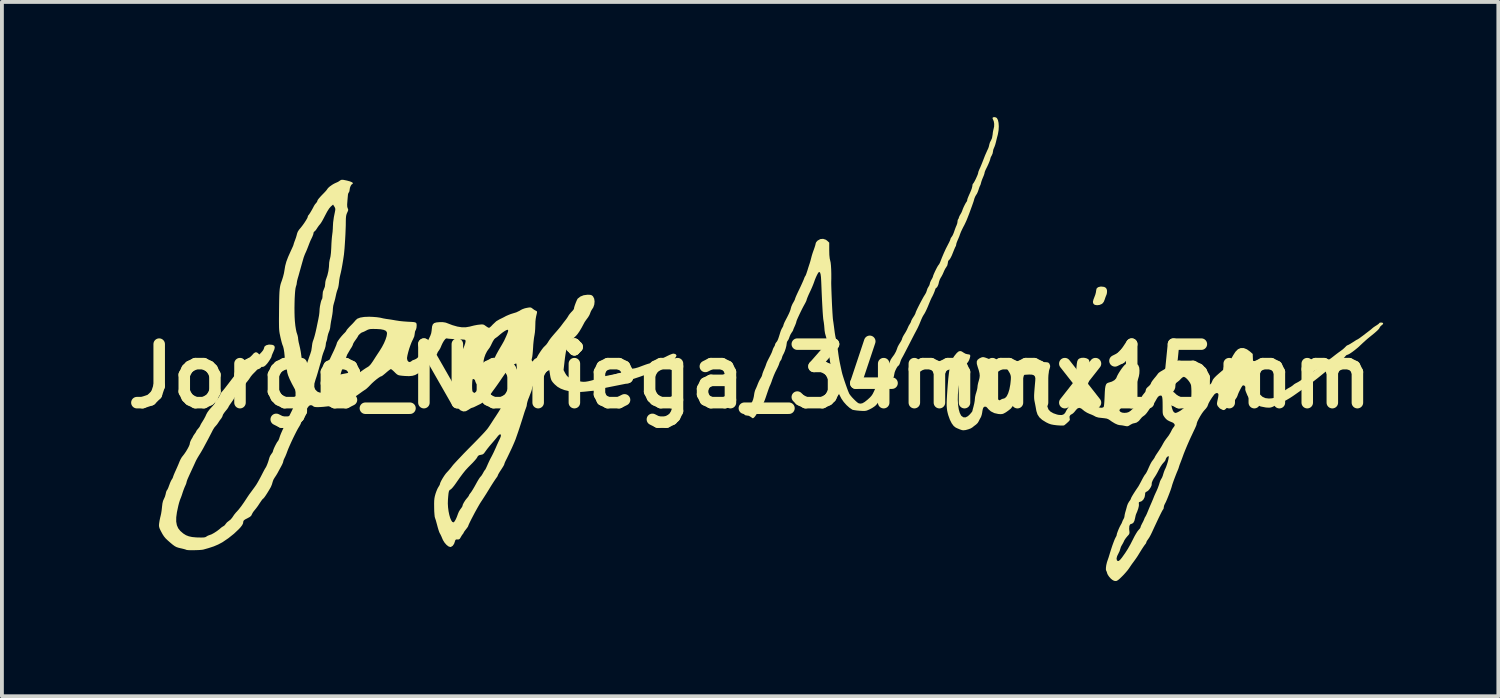
<source format=kicad_pcb>
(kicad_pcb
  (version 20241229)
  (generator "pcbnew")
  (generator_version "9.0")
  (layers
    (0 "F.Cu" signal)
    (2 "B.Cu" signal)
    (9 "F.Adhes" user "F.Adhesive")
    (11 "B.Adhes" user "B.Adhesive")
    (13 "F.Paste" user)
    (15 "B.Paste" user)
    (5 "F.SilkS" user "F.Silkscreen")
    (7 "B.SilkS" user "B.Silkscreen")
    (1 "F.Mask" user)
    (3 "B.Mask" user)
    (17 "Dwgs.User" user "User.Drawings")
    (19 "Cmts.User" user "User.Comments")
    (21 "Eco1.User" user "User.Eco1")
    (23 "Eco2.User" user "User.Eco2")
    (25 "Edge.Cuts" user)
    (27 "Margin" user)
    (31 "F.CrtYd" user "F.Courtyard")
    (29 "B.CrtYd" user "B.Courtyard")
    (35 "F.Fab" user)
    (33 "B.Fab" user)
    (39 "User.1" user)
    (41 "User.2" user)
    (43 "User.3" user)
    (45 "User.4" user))
  (footprint "Jorge_Noriega_34mmx15mm"
    (layer "F.Cu")
    (at 16.481 6.747)
    (property "Reference" "Jorge_Noriega_34mmx15mm" (at 0 0 0) (layer "F.SilkS") (effects (font (size 1.524 1.524) (thickness 0.3))))
    (attr board_only exclude_from_pos_files exclude_from_bom)
    (fp_poly (pts (xy 9.226 -2.325) (xy 9.274 -2.297) (xy 9.297 -2.249) (xy 9.3 -2.215) (xy 9.297 -2.164) (xy 9.287 -2.124) (xy 9.285 -2.119) (xy 9.271 -2.087) (xy 9.252 -2.036) (xy 9.241 -2.001) (xy 9.215 -1.936) (xy 9.181 -1.894) (xy 9.16 -1.879) (xy 9.102 -1.855) (xy 9.04 -1.848) (xy 8.985 -1.857) (xy 8.958 -1.873) (xy 8.938 -1.902) (xy 8.933 -1.939) (xy 8.945 -1.992) (xy 8.973 -2.065) (xy 8.996 -2.127) (xy 9.011 -2.187) (xy 9.015 -2.221) (xy 9.027 -2.28) (xy 9.064 -2.316) (xy 9.126 -2.333) (xy 9.151 -2.334)) (stroke (width 0) (type solid)) (fill yes) (layer "F.SilkS"))
    (fp_poly (pts (xy 6.387 -6.745) (xy 6.424 -6.728) (xy 6.433 -6.719) (xy 6.459 -6.67) (xy 6.475 -6.596) (xy 6.481 -6.506) (xy 6.476 -6.409) (xy 6.46 -6.312) (xy 6.453 -6.281) (xy 6.433 -6.207) (xy 6.414 -6.128) (xy 6.406 -6.094) (xy 6.389 -6.031) (xy 6.368 -5.972) (xy 6.357 -5.948) (xy 6.337 -5.897) (xy 6.329 -5.849) (xy 6.329 -5.847) (xy 6.32 -5.801) (xy 6.298 -5.75) (xy 6.295 -5.745) (xy 6.273 -5.704) (xy 6.262 -5.671) (xy 6.262 -5.668) (xy 6.255 -5.639) (xy 6.237 -5.589) (xy 6.211 -5.527) (xy 6.181 -5.461) (xy 6.151 -5.401) (xy 6.144 -5.387) (xy 6.123 -5.341) (xy 6.111 -5.304) (xy 6.111 -5.297) (xy 6.104 -5.267) (xy 6.087 -5.219) (xy 6.071 -5.182) (xy 6.046 -5.121) (xy 6.026 -5.063) (xy 6.019 -5.036) (xy 6.007 -4.992) (xy 5.994 -4.963) (xy 5.993 -4.961) (xy 5.981 -4.936) (xy 5.965 -4.891) (xy 5.953 -4.853) (xy 5.932 -4.795) (xy 5.909 -4.746) (xy 5.895 -4.727) (xy 5.872 -4.689) (xy 5.849 -4.636) (xy 5.843 -4.617) (xy 5.832 -4.578) (xy 5.823 -4.547) (xy 5.812 -4.516) (xy 5.798 -4.476) (xy 5.778 -4.419) (xy 5.758 -4.365) (xy 5.713 -4.241) (xy 5.675 -4.143) (xy 5.643 -4.063) (xy 5.612 -3.995) (xy 5.582 -3.932) (xy 5.561 -3.894) (xy 5.527 -3.826) (xy 5.496 -3.76) (xy 5.476 -3.709) (xy 5.473 -3.702) (xy 5.454 -3.646) (xy 5.427 -3.581) (xy 5.412 -3.547) (xy 5.39 -3.494) (xy 5.375 -3.449) (xy 5.372 -3.429) (xy 5.365 -3.394) (xy 5.358 -3.382) (xy 5.346 -3.36) (xy 5.326 -3.314) (xy 5.302 -3.255) (xy 5.296 -3.24) (xy 5.257 -3.143) (xy 5.223 -3.075) (xy 5.194 -3.033) (xy 5.175 -3.017) (xy 5.161 -2.992) (xy 5.154 -2.95) (xy 5.154 -2.947) (xy 5.14 -2.884) (xy 5.115 -2.843) (xy 5.085 -2.797) (xy 5.056 -2.739) (xy 5.047 -2.716) (xy 5.019 -2.653) (xy 4.986 -2.591) (xy 4.975 -2.575) (xy 4.946 -2.521) (xy 4.926 -2.464) (xy 4.923 -2.452) (xy 4.91 -2.396) (xy 4.89 -2.346) (xy 4.868 -2.311) (xy 4.852 -2.3) (xy 4.836 -2.286) (xy 4.824 -2.254) (xy 4.807 -2.204) (xy 4.781 -2.141) (xy 4.752 -2.08) (xy 4.734 -2.048) (xy 4.721 -2.02) (xy 4.699 -1.972) (xy 4.675 -1.914) (xy 4.632 -1.809) (xy 4.597 -1.73) (xy 4.568 -1.67) (xy 4.541 -1.622) (xy 4.522 -1.593) (xy 4.494 -1.544) (xy 4.464 -1.479) (xy 4.442 -1.425) (xy 4.411 -1.349) (xy 4.373 -1.266) (xy 4.348 -1.217) (xy 4.323 -1.17) (xy 4.286 -1.1) (xy 4.241 -1.013) (xy 4.191 -0.916) (xy 4.14 -0.816) (xy 4.139 -0.814) (xy 4.09 -0.719) (xy 4.045 -0.632) (xy 4.007 -0.559) (xy 3.977 -0.503) (xy 3.959 -0.472) (xy 3.958 -0.47) (xy 3.936 -0.427) (xy 3.916 -0.371) (xy 3.912 -0.356) (xy 3.895 -0.31) (xy 3.875 -0.279) (xy 3.868 -0.274) (xy 3.845 -0.253) (xy 3.818 -0.21) (xy 3.791 -0.156) (xy 3.77 -0.103) (xy 3.761 -0.06) (xy 3.76 -0.055) (xy 3.748 0.009) (xy 3.711 0.084) (xy 3.647 0.171) (xy 3.629 0.193) (xy 3.586 0.248) (xy 3.552 0.299) (xy 3.534 0.337) (xy 3.533 0.341) (xy 3.514 0.386) (xy 3.483 0.431) (xy 3.482 0.431) (xy 3.454 0.472) (xy 3.442 0.511) (xy 3.442 0.513) (xy 3.43 0.549) (xy 3.4 0.603) (xy 3.355 0.667) (xy 3.299 0.736) (xy 3.276 0.761) (xy 3.237 0.793) (xy 3.181 0.83) (xy 3.124 0.86) (xy 3.072 0.884) (xy 3.03 0.899) (xy 2.989 0.905) (xy 2.936 0.905) (xy 2.861 0.901) (xy 2.86 0.901) (xy 2.786 0.894) (xy 2.722 0.885) (xy 2.676 0.876) (xy 2.665 0.871) (xy 2.593 0.823) (xy 2.515 0.753) (xy 2.442 0.671) (xy 2.383 0.586) (xy 2.325 0.474) (xy 2.268 0.335) (xy 2.214 0.174) (xy 2.165 -0.002) (xy 2.121 -0.188) (xy 2.086 -0.377) (xy 2.065 -0.529) (xy 2.046 -0.675) (xy 2.026 -0.806) (xy 2.006 -0.918) (xy 1.987 -1.006) (xy 1.972 -1.058) (xy 1.956 -1.115) (xy 1.944 -1.189) (xy 1.939 -1.251) (xy 1.933 -1.324) (xy 1.924 -1.397) (xy 1.916 -1.445) (xy 1.909 -1.49) (xy 1.902 -1.567) (xy 1.894 -1.676) (xy 1.886 -1.816) (xy 1.877 -1.984) (xy 1.868 -2.182) (xy 1.859 -2.406) (xy 1.856 -2.473) (xy 1.85 -2.58) (xy 1.84 -2.654) (xy 1.826 -2.698) (xy 1.807 -2.714) (xy 1.794 -2.71) (xy 1.775 -2.687) (xy 1.749 -2.64) (xy 1.72 -2.579) (xy 1.692 -2.511) (xy 1.671 -2.451) (xy 1.651 -2.397) (xy 1.621 -2.323) (xy 1.585 -2.242) (xy 1.559 -2.187) (xy 1.526 -2.116) (xy 1.5 -2.055) (xy 1.483 -2.01) (xy 1.477 -1.99) (xy 1.469 -1.963) (xy 1.448 -1.919) (xy 1.427 -1.88) (xy 1.396 -1.824) (xy 1.36 -1.755) (xy 1.322 -1.678) (xy 1.285 -1.6) (xy 1.252 -1.529) (xy 1.226 -1.47) (xy 1.211 -1.43) (xy 1.209 -1.418) (xy 1.202 -1.391) (xy 1.185 -1.345) (xy 1.167 -1.303) (xy 1.144 -1.252) (xy 1.129 -1.214) (xy 1.125 -1.199) (xy 1.116 -1.179) (xy 1.093 -1.144) (xy 1.086 -1.135) (xy 1.055 -1.083) (xy 1.03 -1.023) (xy 1.027 -1.013) (xy 1.009 -0.965) (xy 0.988 -0.929) (xy 0.982 -0.923) (xy 0.964 -0.892) (xy 0.957 -0.85) (xy 0.949 -0.793) (xy 0.931 -0.721) (xy 0.906 -0.647) (xy 0.879 -0.586) (xy 0.87 -0.571) (xy 0.846 -0.522) (xy 0.832 -0.475) (xy 0.817 -0.432) (xy 0.797 -0.403) (xy 0.778 -0.374) (xy 0.763 -0.33) (xy 0.749 -0.289) (xy 0.723 -0.231) (xy 0.692 -0.169) (xy 0.692 -0.169) (xy 0.657 -0.099) (xy 0.62 -0.014) (xy 0.588 0.07) (xy 0.583 0.082) (xy 0.561 0.148) (xy 0.54 0.202) (xy 0.526 0.236) (xy 0.522 0.243) (xy 0.512 0.265) (xy 0.494 0.312) (xy 0.471 0.377) (xy 0.445 0.453) (xy 0.412 0.551) (xy 0.385 0.626) (xy 0.36 0.685) (xy 0.333 0.737) (xy 0.3 0.79) (xy 0.261 0.848) (xy 0.223 0.905) (xy 0.19 0.958) (xy 0.169 0.994) (xy 0.139 1.04) (xy 0.111 1.073) (xy 0.086 1.093) (xy 0.067 1.094) (xy 0.041 1.075) (xy 0.028 1.065) (xy -0.028 1.032) (xy -0.067 1.027) (xy -0.123 1.017) (xy -0.165 0.982) (xy -0.184 0.931) (xy -0.185 0.921) (xy -0.171 0.875) (xy -0.13 0.847) (xy -0.077 0.839) (xy -0.04 0.829) (xy -0.01 0.794) (xy -0.004 0.783) (xy 0.024 0.73) (xy 0.055 0.671) (xy 0.061 0.661) (xy 0.083 0.606) (xy 0.1 0.537) (xy 0.106 0.499) (xy 0.116 0.435) (xy 0.132 0.375) (xy 0.143 0.348) (xy 0.165 0.301) (xy 0.191 0.239) (xy 0.205 0.201) (xy 0.232 0.138) (xy 0.263 0.078) (xy 0.28 0.051) (xy 0.305 0.007) (xy 0.318 -0.029) (xy 0.319 -0.036) (xy 0.326 -0.065) (xy 0.343 -0.113) (xy 0.367 -0.171) (xy 0.393 -0.231) (xy 0.414 -0.286) (xy 0.425 -0.32) (xy 0.438 -0.355) (xy 0.463 -0.408) (xy 0.495 -0.471) (xy 0.503 -0.486) (xy 0.537 -0.552) (xy 0.567 -0.615) (xy 0.585 -0.663) (xy 0.587 -0.67) (xy 0.605 -0.721) (xy 0.627 -0.762) (xy 0.629 -0.764) (xy 0.649 -0.801) (xy 0.654 -0.824) (xy 0.665 -0.854) (xy 0.688 -0.886) (xy 0.706 -0.908) (xy 0.722 -0.938) (xy 0.74 -0.983) (xy 0.761 -1.047) (xy 0.789 -1.138) (xy 0.79 -1.142) (xy 0.81 -1.199) (xy 0.835 -1.25) (xy 0.843 -1.262) (xy 0.864 -1.3) (xy 0.873 -1.331) (xy 0.881 -1.358) (xy 0.9 -1.403) (xy 0.917 -1.437) (xy 0.973 -1.544) (xy 1.014 -1.627) (xy 1.042 -1.692) (xy 1.059 -1.742) (xy 1.065 -1.768) (xy 1.081 -1.821) (xy 1.108 -1.882) (xy 1.126 -1.913) (xy 1.153 -1.961) (xy 1.171 -1.999) (xy 1.175 -2.014) (xy 1.182 -2.036) (xy 1.201 -2.083) (xy 1.23 -2.147) (xy 1.266 -2.224) (xy 1.282 -2.256) (xy 1.322 -2.34) (xy 1.358 -2.419) (xy 1.387 -2.485) (xy 1.406 -2.53) (xy 1.409 -2.539) (xy 1.425 -2.581) (xy 1.44 -2.607) (xy 1.443 -2.61) (xy 1.454 -2.629) (xy 1.47 -2.672) (xy 1.489 -2.73) (xy 1.493 -2.74) (xy 1.515 -2.813) (xy 1.538 -2.884) (xy 1.556 -2.938) (xy 1.575 -3.001) (xy 1.592 -3.066) (xy 1.596 -3.081) (xy 1.608 -3.128) (xy 1.628 -3.194) (xy 1.653 -3.267) (xy 1.661 -3.287) (xy 1.684 -3.354) (xy 1.702 -3.411) (xy 1.711 -3.45) (xy 1.712 -3.458) (xy 1.724 -3.488) (xy 1.755 -3.524) (xy 1.764 -3.532) (xy 1.832 -3.57) (xy 1.905 -3.577) (xy 1.976 -3.554) (xy 2.013 -3.527) (xy 2.065 -3.478) (xy 2.065 -3.279) (xy 2.068 -3.156) (xy 2.078 -3.064) (xy 2.091 -3.007) (xy 2.102 -2.957) (xy 2.11 -2.88) (xy 2.116 -2.78) (xy 2.119 -2.664) (xy 2.119 -2.536) (xy 2.117 -2.459) (xy 2.117 -2.408) (xy 2.119 -2.332) (xy 2.122 -2.236) (xy 2.126 -2.126) (xy 2.131 -2.008) (xy 2.136 -1.888) (xy 2.142 -1.772) (xy 2.148 -1.666) (xy 2.154 -1.575) (xy 2.159 -1.505) (xy 2.164 -1.463) (xy 2.164 -1.461) (xy 2.175 -1.389) (xy 2.187 -1.301) (xy 2.198 -1.216) (xy 2.199 -1.209) (xy 2.21 -1.125) (xy 2.225 -1.037) (xy 2.241 -0.962) (xy 2.242 -0.957) (xy 2.255 -0.894) (xy 2.27 -0.809) (xy 2.284 -0.717) (xy 2.293 -0.655) (xy 2.303 -0.578) (xy 2.313 -0.51) (xy 2.324 -0.441) (xy 2.338 -0.366) (xy 2.357 -0.276) (xy 2.381 -0.163) (xy 2.393 -0.109) (xy 2.407 -0.054) (xy 2.43 0.022) (xy 2.458 0.11) (xy 2.49 0.203) (xy 2.522 0.294) (xy 2.551 0.373) (xy 2.576 0.433) (xy 2.587 0.458) (xy 2.615 0.498) (xy 2.658 0.55) (xy 2.71 0.604) (xy 2.761 0.653) (xy 2.806 0.691) (xy 2.833 0.707) (xy 2.879 0.715) (xy 2.929 0.705) (xy 2.987 0.672) (xy 3.058 0.616) (xy 3.073 0.603) (xy 3.126 0.554) (xy 3.165 0.511) (xy 3.197 0.463) (xy 3.228 0.4) (xy 3.254 0.343) (xy 3.29 0.265) (xy 3.328 0.189) (xy 3.362 0.127) (xy 3.377 0.102) (xy 3.408 0.054) (xy 3.447 -0.014) (xy 3.489 -0.091) (xy 3.513 -0.134) (xy 3.549 -0.203) (xy 3.582 -0.262) (xy 3.606 -0.303) (xy 3.617 -0.319) (xy 3.637 -0.354) (xy 3.649 -0.39) (xy 3.667 -0.433) (xy 3.698 -0.48) (xy 3.706 -0.491) (xy 3.758 -0.562) (xy 3.802 -0.641) (xy 3.831 -0.714) (xy 3.835 -0.728) (xy 3.85 -0.768) (xy 3.879 -0.822) (xy 3.904 -0.862) (xy 3.935 -0.912) (xy 3.956 -0.954) (xy 3.962 -0.975) (xy 3.971 -1.002) (xy 3.993 -1.047) (xy 4.025 -1.1) (xy 4.026 -1.101) (xy 4.062 -1.16) (xy 4.092 -1.217) (xy 4.109 -1.256) (xy 4.134 -1.311) (xy 4.163 -1.359) (xy 4.186 -1.398) (xy 4.197 -1.428) (xy 4.197 -1.43) (xy 4.206 -1.455) (xy 4.229 -1.498) (xy 4.256 -1.54) (xy 4.287 -1.589) (xy 4.308 -1.631) (xy 4.314 -1.651) (xy 4.322 -1.675) (xy 4.343 -1.722) (xy 4.373 -1.785) (xy 4.41 -1.858) (xy 4.449 -1.933) (xy 4.488 -2.005) (xy 4.522 -2.067) (xy 4.55 -2.112) (xy 4.558 -2.124) (xy 4.587 -2.175) (xy 4.606 -2.228) (xy 4.606 -2.23) (xy 4.624 -2.284) (xy 4.65 -2.329) (xy 4.674 -2.37) (xy 4.684 -2.407) (xy 4.693 -2.443) (xy 4.714 -2.49) (xy 4.725 -2.51) (xy 4.75 -2.554) (xy 4.765 -2.589) (xy 4.767 -2.598) (xy 4.775 -2.626) (xy 4.795 -2.674) (xy 4.822 -2.733) (xy 4.852 -2.794) (xy 4.88 -2.847) (xy 4.903 -2.885) (xy 4.912 -2.896) (xy 4.931 -2.922) (xy 4.952 -2.965) (xy 4.958 -2.98) (xy 5 -3.088) (xy 5.05 -3.206) (xy 5.102 -3.32) (xy 5.152 -3.417) (xy 5.158 -3.429) (xy 5.188 -3.487) (xy 5.211 -3.536) (xy 5.221 -3.566) (xy 5.221 -3.569) (xy 5.232 -3.599) (xy 5.254 -3.629) (xy 5.276 -3.663) (xy 5.301 -3.718) (xy 5.322 -3.775) (xy 5.344 -3.839) (xy 5.366 -3.896) (xy 5.382 -3.931) (xy 5.4 -3.983) (xy 5.406 -4.027) (xy 5.411 -4.066) (xy 5.422 -4.088) (xy 5.438 -4.112) (xy 5.439 -4.123) (xy 5.448 -4.151) (xy 5.469 -4.194) (xy 5.479 -4.21) (xy 5.507 -4.259) (xy 5.527 -4.305) (xy 5.53 -4.314) (xy 5.545 -4.356) (xy 5.568 -4.409) (xy 5.595 -4.464) (xy 5.62 -4.51) (xy 5.639 -4.539) (xy 5.643 -4.542) (xy 5.655 -4.565) (xy 5.658 -4.584) (xy 5.664 -4.614) (xy 5.683 -4.664) (xy 5.71 -4.727) (xy 5.725 -4.759) (xy 5.755 -4.828) (xy 5.778 -4.891) (xy 5.79 -4.938) (xy 5.792 -4.951) (xy 5.797 -4.99) (xy 5.808 -5.011) (xy 5.825 -5.032) (xy 5.85 -5.075) (xy 5.879 -5.131) (xy 5.906 -5.191) (xy 5.929 -5.244) (xy 5.942 -5.283) (xy 5.943 -5.292) (xy 5.951 -5.328) (xy 5.97 -5.375) (xy 5.975 -5.387) (xy 5.996 -5.431) (xy 6.023 -5.495) (xy 6.052 -5.567) (xy 6.061 -5.59) (xy 6.122 -5.747) (xy 6.182 -5.883) (xy 6.203 -5.926) (xy 6.22 -5.972) (xy 6.233 -6.027) (xy 6.233 -6.03) (xy 6.25 -6.087) (xy 6.276 -6.138) (xy 6.277 -6.139) (xy 6.304 -6.199) (xy 6.319 -6.285) (xy 6.32 -6.289) (xy 6.327 -6.353) (xy 6.338 -6.409) (xy 6.345 -6.437) (xy 6.359 -6.5) (xy 6.361 -6.571) (xy 6.351 -6.635) (xy 6.336 -6.673) (xy 6.32 -6.708) (xy 6.32 -6.731) (xy 6.347 -6.747)) (stroke (width 0) (type solid)) (fill yes) (layer "F.SilkS"))
    (fp_poly (pts (xy 16.465 -1.395) (xy 16.486 -1.384) (xy 16.491 -1.364) (xy 16.469 -1.339) (xy 16.454 -1.328) (xy 16.419 -1.296) (xy 16.399 -1.265) (xy 16.399 -1.261) (xy 16.381 -1.232) (xy 16.337 -1.186) (xy 16.266 -1.123) (xy 16.17 -1.045) (xy 16.128 -1.011) (xy 16.082 -0.973) (xy 16.021 -0.919) (xy 15.954 -0.858) (xy 15.904 -0.811) (xy 15.833 -0.745) (xy 15.758 -0.684) (xy 15.687 -0.63) (xy 15.623 -0.587) (xy 15.574 -0.561) (xy 15.548 -0.554) (xy 15.526 -0.541) (xy 15.502 -0.513) (xy 15.474 -0.482) (xy 15.428 -0.443) (xy 15.38 -0.409) (xy 15.314 -0.362) (xy 15.246 -0.308) (xy 15.206 -0.274) (xy 15.163 -0.236) (xy 15.128 -0.21) (xy 15.111 -0.201) (xy 15.092 -0.191) (xy 15.054 -0.164) (xy 15.004 -0.126) (xy 14.978 -0.105) (xy 14.783 0.053) (xy 14.606 0.189) (xy 14.446 0.305) (xy 14.426 0.319) (xy 14.345 0.375) (xy 14.258 0.436) (xy 14.177 0.493) (xy 14.141 0.518) (xy 14.064 0.568) (xy 13.978 0.619) (xy 13.898 0.66) (xy 13.885 0.666) (xy 13.809 0.701) (xy 13.729 0.74) (xy 13.662 0.773) (xy 13.66 0.775) (xy 13.607 0.801) (xy 13.566 0.815) (xy 13.524 0.82) (xy 13.467 0.818) (xy 13.433 0.815) (xy 13.301 0.789) (xy 13.181 0.738) (xy 13.078 0.666) (xy 12.998 0.577) (xy 12.957 0.504) (xy 12.927 0.432) (xy 12.908 0.384) (xy 12.9 0.351) (xy 12.9 0.326) (xy 12.902 0.313) (xy 12.9 0.274) (xy 12.877 0.246) (xy 12.845 0.238) (xy 12.838 0.24) (xy 12.82 0.258) (xy 12.794 0.299) (xy 12.765 0.354) (xy 12.735 0.414) (xy 12.711 0.47) (xy 12.7 0.504) (xy 12.682 0.546) (xy 12.666 0.571) (xy 12.644 0.603) (xy 12.62 0.647) (xy 12.618 0.651) (xy 12.586 0.693) (xy 12.539 0.735) (xy 12.519 0.749) (xy 12.465 0.787) (xy 12.415 0.829) (xy 12.402 0.843) (xy 12.364 0.876) (xy 12.332 0.883) (xy 12.318 0.881) (xy 12.239 0.842) (xy 12.185 0.782) (xy 12.18 0.773) (xy 12.167 0.743) (xy 12.163 0.713) (xy 12.168 0.673) (xy 12.181 0.611) (xy 12.182 0.608) (xy 12.195 0.546) (xy 12.201 0.495) (xy 12.2 0.464) (xy 12.2 0.464) (xy 12.177 0.44) (xy 12.141 0.441) (xy 12.103 0.466) (xy 12.088 0.483) (xy 12.029 0.564) (xy 11.98 0.642) (xy 11.944 0.708) (xy 11.928 0.752) (xy 11.909 0.797) (xy 11.873 0.846) (xy 11.858 0.862) (xy 11.818 0.907) (xy 11.773 0.968) (xy 11.728 1.04) (xy 11.688 1.112) (xy 11.655 1.177) (xy 11.637 1.229) (xy 11.634 1.247) (xy 11.632 1.259) (xy 11.625 1.28) (xy 11.611 1.314) (xy 11.588 1.365) (xy 11.554 1.436) (xy 11.509 1.533) (xy 11.491 1.57) (xy 11.442 1.677) (xy 11.391 1.794) (xy 11.342 1.911) (xy 11.299 2.018) (xy 11.27 2.098) (xy 11.246 2.164) (xy 11.219 2.234) (xy 11.213 2.25) (xy 11.192 2.304) (xy 11.176 2.353) (xy 11.172 2.367) (xy 11.157 2.413) (xy 11.138 2.459) (xy 11.117 2.508) (xy 11.091 2.574) (xy 11.062 2.649) (xy 11.034 2.724) (xy 11.011 2.79) (xy 10.995 2.838) (xy 10.991 2.854) (xy 10.978 2.899) (xy 10.956 2.965) (xy 10.927 3.043) (xy 10.895 3.126) (xy 10.864 3.203) (xy 10.836 3.268) (xy 10.815 3.31) (xy 10.812 3.314) (xy 10.789 3.362) (xy 10.778 3.408) (xy 10.778 3.413) (xy 10.773 3.449) (xy 10.764 3.465) (xy 10.75 3.484) (xy 10.724 3.531) (xy 10.688 3.603) (xy 10.642 3.697) (xy 10.589 3.81) (xy 10.529 3.938) (xy 10.469 4.068) (xy 10.436 4.136) (xy 10.402 4.198) (xy 10.372 4.243) (xy 10.367 4.25) (xy 10.34 4.288) (xy 10.325 4.318) (xy 10.325 4.323) (xy 10.314 4.354) (xy 10.303 4.368) (xy 10.281 4.396) (xy 10.246 4.446) (xy 10.203 4.512) (xy 10.157 4.586) (xy 10.118 4.65) (xy 10.084 4.704) (xy 10.039 4.769) (xy 9.997 4.827) (xy 9.951 4.889) (xy 9.907 4.953) (xy 9.875 5.001) (xy 9.844 5.044) (xy 9.796 5.102) (xy 9.739 5.166) (xy 9.7 5.206) (xy 9.634 5.271) (xy 9.584 5.313) (xy 9.543 5.334) (xy 9.506 5.335) (xy 9.466 5.321) (xy 9.44 5.306) (xy 9.398 5.272) (xy 9.355 5.224) (xy 9.321 5.174) (xy 9.302 5.131) (xy 9.3 5.12) (xy 9.289 5.085) (xy 9.282 5.075) (xy 9.271 5.044) (xy 9.271 4.99) (xy 9.28 4.921) (xy 9.298 4.845) (xy 9.313 4.801) (xy 9.332 4.745) (xy 9.548 4.745) (xy 9.555 4.789) (xy 9.555 4.79) (xy 9.577 4.814) (xy 9.604 4.812) (xy 9.64 4.783) (xy 9.688 4.725) (xy 9.69 4.722) (xy 9.773 4.605) (xy 9.843 4.496) (xy 9.908 4.381) (xy 9.976 4.248) (xy 9.977 4.246) (xy 10.017 4.167) (xy 10.058 4.096) (xy 10.094 4.039) (xy 10.122 4.005) (xy 10.154 3.969) (xy 10.172 3.938) (xy 10.173 3.931) (xy 10.181 3.902) (xy 10.202 3.859) (xy 10.213 3.837) (xy 10.24 3.786) (xy 10.261 3.74) (xy 10.266 3.727) (xy 10.283 3.684) (xy 10.298 3.66) (xy 10.314 3.631) (xy 10.337 3.583) (xy 10.357 3.534) (xy 10.387 3.461) (xy 10.42 3.382) (xy 10.438 3.341) (xy 10.467 3.274) (xy 10.496 3.206) (xy 10.509 3.173) (xy 10.531 3.117) (xy 10.562 3.048) (xy 10.59 2.988) (xy 10.62 2.919) (xy 10.647 2.846) (xy 10.663 2.795) (xy 10.68 2.739) (xy 10.702 2.693) (xy 10.711 2.678) (xy 10.732 2.642) (xy 10.753 2.589) (xy 10.761 2.56) (xy 10.781 2.497) (xy 10.805 2.435) (xy 10.815 2.416) (xy 10.838 2.364) (xy 10.86 2.301) (xy 10.881 2.235) (xy 10.897 2.172) (xy 10.906 2.121) (xy 10.908 2.089) (xy 10.903 2.082) (xy 10.875 2.095) (xy 10.846 2.125) (xy 10.829 2.159) (xy 10.828 2.167) (xy 10.817 2.196) (xy 10.788 2.235) (xy 10.77 2.253) (xy 10.735 2.295) (xy 10.694 2.356) (xy 10.656 2.424) (xy 10.651 2.434) (xy 10.617 2.5) (xy 10.583 2.561) (xy 10.556 2.605) (xy 10.552 2.611) (xy 10.515 2.667) (xy 10.485 2.724) (xy 10.466 2.774) (xy 10.463 2.806) (xy 10.464 2.807) (xy 10.461 2.841) (xy 10.441 2.888) (xy 10.41 2.937) (xy 10.374 2.979) (xy 10.34 3.003) (xy 10.339 3.003) (xy 10.306 3.02) (xy 10.293 3.047) (xy 10.291 3.082) (xy 10.279 3.15) (xy 10.249 3.21) (xy 10.205 3.254) (xy 10.17 3.268) (xy 10.136 3.279) (xy 10.126 3.299) (xy 10.13 3.33) (xy 10.129 3.379) (xy 10.113 3.447) (xy 10.085 3.527) (xy 10.056 3.593) (xy 10.046 3.625) (xy 10.035 3.675) (xy 10.031 3.694) (xy 10.012 3.77) (xy 9.983 3.821) (xy 9.947 3.844) (xy 9.939 3.844) (xy 9.902 3.859) (xy 9.881 3.902) (xy 9.876 3.973) (xy 9.879 4.01) (xy 9.885 4.065) (xy 9.881 4.101) (xy 9.864 4.131) (xy 9.83 4.168) (xy 9.83 4.168) (xy 9.788 4.219) (xy 9.752 4.273) (xy 9.743 4.294) (xy 9.717 4.347) (xy 9.69 4.394) (xy 9.687 4.398) (xy 9.662 4.445) (xy 9.645 4.499) (xy 9.645 4.499) (xy 9.627 4.556) (xy 9.6 4.611) (xy 9.6 4.612) (xy 9.564 4.684) (xy 9.548 4.745) (xy 9.332 4.745) (xy 9.336 4.735) (xy 9.361 4.655) (xy 9.38 4.591) (xy 9.408 4.503) (xy 9.438 4.412) (xy 9.469 4.327) (xy 9.497 4.255) (xy 9.52 4.205) (xy 9.53 4.189) (xy 9.548 4.152) (xy 9.552 4.13) (xy 9.559 4.098) (xy 9.577 4.047) (xy 9.601 3.987) (xy 9.627 3.929) (xy 9.651 3.883) (xy 9.655 3.876) (xy 9.681 3.83) (xy 9.695 3.794) (xy 9.714 3.747) (xy 9.731 3.719) (xy 9.749 3.677) (xy 9.754 3.65) (xy 9.759 3.612) (xy 9.771 3.559) (xy 9.779 3.532) (xy 9.798 3.466) (xy 9.816 3.399) (xy 9.821 3.379) (xy 9.843 3.321) (xy 9.874 3.267) (xy 9.88 3.259) (xy 9.907 3.222) (xy 9.921 3.192) (xy 9.922 3.188) (xy 9.931 3.164) (xy 9.956 3.118) (xy 9.995 3.054) (xy 10.044 2.978) (xy 10.1 2.895) (xy 10.107 2.886) (xy 10.128 2.851) (xy 10.158 2.796) (xy 10.193 2.731) (xy 10.204 2.709) (xy 10.237 2.647) (xy 10.267 2.595) (xy 10.289 2.562) (xy 10.295 2.556) (xy 10.314 2.53) (xy 10.339 2.485) (xy 10.357 2.447) (xy 10.395 2.361) (xy 10.424 2.299) (xy 10.448 2.253) (xy 10.47 2.217) (xy 10.496 2.183) (xy 10.496 2.183) (xy 10.524 2.144) (xy 10.541 2.116) (xy 10.543 2.11) (xy 10.552 2.091) (xy 10.576 2.051) (xy 10.611 1.998) (xy 10.632 1.967) (xy 10.676 1.9) (xy 10.718 1.832) (xy 10.749 1.777) (xy 10.756 1.763) (xy 10.788 1.707) (xy 10.831 1.644) (xy 10.861 1.605) (xy 10.907 1.544) (xy 10.949 1.475) (xy 10.97 1.436) (xy 10.996 1.384) (xy 11.023 1.343) (xy 11.036 1.328) (xy 11.062 1.289) (xy 11.058 1.25) (xy 11.026 1.217) (xy 11.009 1.208) (xy 10.932 1.176) (xy 10.878 1.148) (xy 10.84 1.118) (xy 10.806 1.08) (xy 10.798 1.068) (xy 10.777 1.038) (xy 10.762 1.011) (xy 10.754 0.98) (xy 10.749 0.939) (xy 10.748 0.879) (xy 10.748 0.793) (xy 10.748 0.788) (xy 10.747 0.679) (xy 10.744 0.601) (xy 10.737 0.548) (xy 10.734 0.54) (xy 10.95 0.54) (xy 10.953 0.587) (xy 10.954 0.603) (xy 10.971 0.73) (xy 10.99 0.826) (xy 11.013 0.894) (xy 11.039 0.936) (xy 11.071 0.955) (xy 11.086 0.957) (xy 11.119 0.948) (xy 11.169 0.924) (xy 11.224 0.891) (xy 11.224 0.89) (xy 11.292 0.84) (xy 11.363 0.78) (xy 11.408 0.739) (xy 11.491 0.654) (xy 11.497 0.472) (xy 11.498 0.39) (xy 11.495 0.313) (xy 11.49 0.251) (xy 11.485 0.225) (xy 11.463 0.176) (xy 11.427 0.123) (xy 11.384 0.073) (xy 11.34 0.035) (xy 11.304 0.017) (xy 11.299 0.017) (xy 11.269 0.029) (xy 11.233 0.059) (xy 11.222 0.071) (xy 11.18 0.114) (xy 11.135 0.15) (xy 11.128 0.155) (xy 11.097 0.18) (xy 11.083 0.211) (xy 11.08 0.256) (xy 11.075 0.304) (xy 11.058 0.349) (xy 11.024 0.403) (xy 11.012 0.419) (xy 10.976 0.469) (xy 10.956 0.505) (xy 10.95 0.54) (xy 10.734 0.54) (xy 10.725 0.517) (xy 10.709 0.504) (xy 10.702 0.504) (xy 10.66 0.512) (xy 10.625 0.541) (xy 10.59 0.595) (xy 10.582 0.611) (xy 10.548 0.67) (xy 10.509 0.725) (xy 10.49 0.747) (xy 10.455 0.788) (xy 10.412 0.845) (xy 10.375 0.901) (xy 10.331 0.962) (xy 10.288 1.01) (xy 10.258 1.032) (xy 10.212 1.067) (xy 10.174 1.111) (xy 10.174 1.111) (xy 10.128 1.167) (xy 10.07 1.208) (xy 10.013 1.225) (xy 10.006 1.225) (xy 9.968 1.235) (xy 9.919 1.259) (xy 9.902 1.27) (xy 9.859 1.296) (xy 9.825 1.305) (xy 9.783 1.299) (xy 9.763 1.295) (xy 9.704 1.283) (xy 9.647 1.276) (xy 9.634 1.276) (xy 9.579 1.264) (xy 9.506 1.232) (xy 9.422 1.181) (xy 9.369 1.143) (xy 9.332 1.12) (xy 9.289 1.104) (xy 9.229 1.095) (xy 9.173 1.089) (xy 9.077 1.078) (xy 9.011 1.059) (xy 8.987 1.046) (xy 8.944 1.023) (xy 8.885 0.997) (xy 8.847 0.983) (xy 8.778 0.951) (xy 8.709 0.908) (xy 8.684 0.887) (xy 8.626 0.841) (xy 8.579 0.825) (xy 8.536 0.837) (xy 8.492 0.879) (xy 8.478 0.898) (xy 8.442 0.941) (xy 8.409 0.973) (xy 8.393 0.982) (xy 8.345 1.011) (xy 8.322 1.053) (xy 8.326 1.097) (xy 8.333 1.125) (xy 8.326 1.149) (xy 8.3 1.18) (xy 8.274 1.204) (xy 8.232 1.242) (xy 8.196 1.271) (xy 8.182 1.281) (xy 8.156 1.286) (xy 8.104 1.286) (xy 8.037 1.282) (xy 7.993 1.279) (xy 7.907 1.268) (xy 7.841 1.255) (xy 7.783 1.235) (xy 7.721 1.205) (xy 7.713 1.201) (xy 7.611 1.138) (xy 7.538 1.072) (xy 7.489 0.997) (xy 7.46 0.907) (xy 7.455 0.88) (xy 7.442 0.806) (xy 7.426 0.722) (xy 7.416 0.672) (xy 7.408 0.632) (xy 7.403 0.591) (xy 7.401 0.546) (xy 7.401 0.491) (xy 7.405 0.421) (xy 7.412 0.33) (xy 7.422 0.215) (xy 7.431 0.115) (xy 7.433 0.051) (xy 7.421 0.006) (xy 7.394 -0.024) (xy 7.345 -0.04) (xy 7.273 -0.043) (xy 7.172 -0.037) (xy 7.149 -0.035) (xy 7.134 -0.019) (xy 7.12 0.019) (xy 7.109 0.066) (xy 7.105 0.11) (xy 7.106 0.13) (xy 7.105 0.173) (xy 7.092 0.226) (xy 7.085 0.242) (xy 7.063 0.304) (xy 7.041 0.372) (xy 7.037 0.39) (xy 7.014 0.457) (xy 6.979 0.539) (xy 6.936 0.626) (xy 6.888 0.71) (xy 6.841 0.783) (xy 6.8 0.837) (xy 6.785 0.852) (xy 6.731 0.895) (xy 6.669 0.939) (xy 6.65 0.95) (xy 6.604 0.975) (xy 6.565 0.987) (xy 6.517 0.988) (xy 6.469 0.985) (xy 6.366 0.962) (xy 6.275 0.917) (xy 6.204 0.854) (xy 6.188 0.832) (xy 6.153 0.798) (xy 6.115 0.792) (xy 6.082 0.814) (xy 6.077 0.823) (xy 6.064 0.859) (xy 6.053 0.914) (xy 6.049 0.945) (xy 6.037 1.004) (xy 6.02 1.056) (xy 6.011 1.074) (xy 5.984 1.121) (xy 5.96 1.171) (xy 5.931 1.219) (xy 5.889 1.26) (xy 5.886 1.262) (xy 5.839 1.297) (xy 5.797 1.331) (xy 5.795 1.333) (xy 5.751 1.36) (xy 5.687 1.384) (xy 5.617 1.403) (xy 5.559 1.409) (xy 5.523 1.405) (xy 5.472 1.388) (xy 5.4 1.358) (xy 5.358 1.338) (xy 5.306 1.297) (xy 5.255 1.228) (xy 5.208 1.135) (xy 5.168 1.024) (xy 5.163 1.008) (xy 5.148 0.951) (xy 5.136 0.896) (xy 5.129 0.839) (xy 5.124 0.774) (xy 5.124 0.698) (xy 5.127 0.606) (xy 5.133 0.493) (xy 5.142 0.355) (xy 5.151 0.235) (xy 5.166 0.06) (xy 5.183 -0.086) (xy 5.201 -0.207) (xy 5.223 -0.306) (xy 5.249 -0.389) (xy 5.281 -0.458) (xy 5.318 -0.519) (xy 5.331 -0.536) (xy 5.386 -0.603) (xy 5.431 -0.642) (xy 5.473 -0.655) (xy 5.516 -0.644) (xy 5.564 -0.613) (xy 5.615 -0.584) (xy 5.667 -0.571) (xy 5.671 -0.571) (xy 5.711 -0.565) (xy 5.734 -0.553) (xy 5.738 -0.521) (xy 5.727 -0.472) (xy 5.708 -0.419) (xy 5.682 -0.371) (xy 5.663 -0.348) (xy 5.626 -0.307) (xy 5.592 -0.253) (xy 5.558 -0.178) (xy 5.528 -0.101) (xy 5.501 -0.026) (xy 5.481 0.039) (xy 5.465 0.105) (xy 5.452 0.18) (xy 5.438 0.274) (xy 5.43 0.329) (xy 5.416 0.476) (xy 5.413 0.618) (xy 5.421 0.748) (xy 5.438 0.862) (xy 5.464 0.955) (xy 5.498 1.023) (xy 5.509 1.036) (xy 5.56 1.071) (xy 5.616 1.073) (xy 5.676 1.042) (xy 5.723 0.999) (xy 5.759 0.958) (xy 5.785 0.925) (xy 5.792 0.911) (xy 5.797 0.89) (xy 5.808 0.845) (xy 5.824 0.787) (xy 5.825 0.781) (xy 5.842 0.711) (xy 5.854 0.643) (xy 5.858 0.594) (xy 5.864 0.539) (xy 5.879 0.472) (xy 5.893 0.428) (xy 5.911 0.366) (xy 5.923 0.309) (xy 5.926 0.279) (xy 5.931 0.235) (xy 5.944 0.174) (xy 5.96 0.118) (xy 5.978 0.049) (xy 5.985 -0.012) (xy 5.979 -0.075) (xy 5.961 -0.15) (xy 5.932 -0.239) (xy 5.909 -0.32) (xy 5.907 -0.38) (xy 5.927 -0.425) (xy 5.972 -0.461) (xy 5.999 -0.475) (xy 6.039 -0.492) (xy 6.071 -0.497) (xy 6.109 -0.49) (xy 6.15 -0.477) (xy 6.225 -0.448) (xy 6.275 -0.413) (xy 6.309 -0.366) (xy 6.321 -0.34) (xy 6.334 -0.294) (xy 6.348 -0.224) (xy 6.36 -0.137) (xy 6.37 -0.044) (xy 6.378 0.048) (xy 6.381 0.129) (xy 6.381 0.156) (xy 6.383 0.217) (xy 6.391 0.268) (xy 6.399 0.291) (xy 6.41 0.325) (xy 6.421 0.381) (xy 6.429 0.449) (xy 6.43 0.46) (xy 6.439 0.535) (xy 6.451 0.583) (xy 6.467 0.61) (xy 6.472 0.615) (xy 6.501 0.629) (xy 6.527 0.616) (xy 6.531 0.613) (xy 6.569 0.592) (xy 6.593 0.588) (xy 6.642 0.571) (xy 6.687 0.524) (xy 6.725 0.447) (xy 6.757 0.344) (xy 6.781 0.215) (xy 6.787 0.163) (xy 6.795 0.08) (xy 6.796 0.019) (xy 6.787 -0.03) (xy 6.768 -0.077) (xy 6.734 -0.133) (xy 6.722 -0.153) (xy 6.705 -0.184) (xy 6.703 -0.214) (xy 6.713 -0.258) (xy 6.717 -0.27) (xy 6.733 -0.316) (xy 6.751 -0.336) (xy 6.777 -0.34) (xy 6.791 -0.339) (xy 6.829 -0.336) (xy 6.89 -0.33) (xy 6.965 -0.324) (xy 7.013 -0.319) (xy 7.087 -0.312) (xy 7.148 -0.305) (xy 7.189 -0.298) (xy 7.201 -0.294) (xy 7.227 -0.291) (xy 7.276 -0.293) (xy 7.341 -0.3) (xy 7.411 -0.31) (xy 7.479 -0.321) (xy 7.534 -0.334) (xy 7.569 -0.345) (xy 7.574 -0.348) (xy 7.614 -0.364) (xy 7.683 -0.366) (xy 7.691 -0.366) (xy 7.745 -0.361) (xy 7.776 -0.35) (xy 7.796 -0.329) (xy 7.805 -0.311) (xy 7.817 -0.278) (xy 7.818 -0.245) (xy 7.807 -0.201) (xy 7.798 -0.177) (xy 7.78 -0.108) (xy 7.767 -0.019) (xy 7.762 0.055) (xy 7.759 0.136) (xy 7.753 0.236) (xy 7.745 0.339) (xy 7.74 0.402) (xy 7.731 0.563) (xy 7.733 0.694) (xy 7.748 0.795) (xy 7.775 0.867) (xy 7.777 0.87) (xy 7.826 0.922) (xy 7.902 0.966) (xy 7.998 0.999) (xy 8.047 1.009) (xy 8.124 1.012) (xy 8.18 0.989) (xy 8.218 0.941) (xy 8.224 0.926) (xy 8.249 0.879) (xy 8.276 0.839) (xy 8.297 0.803) (xy 8.311 0.748) (xy 8.32 0.667) (xy 8.32 0.663) (xy 8.334 0.561) (xy 8.356 0.486) (xy 8.364 0.47) (xy 8.383 0.427) (xy 8.403 0.362) (xy 8.423 0.287) (xy 8.429 0.255) (xy 8.445 0.183) (xy 8.46 0.121) (xy 8.473 0.078) (xy 8.478 0.067) (xy 8.491 0.025) (xy 8.494 -0.012) (xy 8.494 -0.048) (xy 8.497 -0.109) (xy 8.501 -0.183) (xy 8.504 -0.233) (xy 8.513 -0.325) (xy 8.525 -0.389) (xy 8.545 -0.432) (xy 8.575 -0.458) (xy 8.618 -0.473) (xy 8.64 -0.478) (xy 8.699 -0.48) (xy 8.759 -0.468) (xy 8.807 -0.445) (xy 8.828 -0.423) (xy 8.842 -0.374) (xy 8.851 -0.301) (xy 8.855 -0.212) (xy 8.854 -0.114) (xy 8.847 -0.018) (xy 8.837 0.07) (xy 8.821 0.14) (xy 8.816 0.158) (xy 8.797 0.223) (xy 8.78 0.304) (xy 8.77 0.383) (xy 8.77 0.384) (xy 8.765 0.454) (xy 8.766 0.501) (xy 8.774 0.536) (xy 8.791 0.569) (xy 8.795 0.577) (xy 8.846 0.644) (xy 8.909 0.705) (xy 8.979 0.757) (xy 9.049 0.795) (xy 9.114 0.819) (xy 9.169 0.823) (xy 9.208 0.806) (xy 9.212 0.802) (xy 9.219 0.778) (xy 9.225 0.728) (xy 9.231 0.656) (xy 9.235 0.571) (xy 9.237 0.528) (xy 9.242 0.41) (xy 9.249 0.321) (xy 9.26 0.257) (xy 9.276 0.213) (xy 9.298 0.186) (xy 9.328 0.171) (xy 9.344 0.167) (xy 9.427 0.141) (xy 9.493 0.104) (xy 9.535 0.059) (xy 9.544 0.041) (xy 9.566 -0.011) (xy 9.601 -0.075) (xy 9.643 -0.142) (xy 9.688 -0.207) (xy 9.731 -0.261) (xy 9.766 -0.299) (xy 9.787 -0.313) (xy 9.834 -0.329) (xy 9.878 -0.348) (xy 9.917 -0.362) (xy 9.957 -0.362) (xy 9.998 -0.352) (xy 10.069 -0.324) (xy 10.115 -0.283) (xy 10.138 -0.224) (xy 10.145 -0.148) (xy 10.142 -0.072) (xy 10.13 0.001) (xy 10.107 0.08) (xy 10.07 0.174) (xy 10.039 0.243) (xy 10.006 0.319) (xy 9.974 0.396) (xy 9.95 0.461) (xy 9.947 0.47) (xy 9.913 0.545) (xy 9.869 0.605) (xy 9.821 0.644) (xy 9.782 0.655) (xy 9.734 0.668) (xy 9.708 0.706) (xy 9.703 0.741) (xy 9.692 0.786) (xy 9.663 0.831) (xy 9.661 0.833) (xy 9.63 0.869) (xy 9.622 0.893) (xy 9.636 0.915) (xy 9.65 0.929) (xy 9.693 0.949) (xy 9.753 0.956) (xy 9.817 0.95) (xy 9.868 0.933) (xy 9.911 0.903) (xy 9.966 0.854) (xy 10.025 0.792) (xy 10.084 0.726) (xy 10.135 0.662) (xy 10.173 0.606) (xy 10.191 0.568) (xy 10.216 0.513) (xy 10.253 0.463) (xy 10.258 0.458) (xy 10.297 0.409) (xy 10.308 0.369) (xy 10.319 0.329) (xy 10.355 0.287) (xy 10.375 0.271) (xy 10.414 0.234) (xy 10.438 0.201) (xy 10.442 0.188) (xy 10.453 0.162) (xy 10.48 0.12) (xy 10.519 0.07) (xy 10.526 0.061) (xy 10.569 0.01) (xy 10.604 -0.035) (xy 10.625 -0.064) (xy 10.626 -0.066) (xy 10.648 -0.089) (xy 10.691 -0.119) (xy 10.741 -0.148) (xy 10.81 -0.189) (xy 10.882 -0.237) (xy 10.922 -0.268) (xy 10.993 -0.323) (xy 11.051 -0.357) (xy 11.108 -0.373) (xy 11.174 -0.377) (xy 11.223 -0.374) (xy 11.298 -0.364) (xy 11.361 -0.348) (xy 11.391 -0.335) (xy 11.434 -0.311) (xy 11.492 -0.28) (xy 11.535 -0.257) (xy 11.623 -0.198) (xy 11.704 -0.114) (xy 11.772 -0.015) (xy 11.819 0.089) (xy 11.831 0.129) (xy 11.85 0.201) (xy 11.871 0.244) (xy 11.898 0.259) (xy 11.933 0.25) (xy 11.961 0.236) (xy 12.012 0.189) (xy 12.037 0.136) (xy 12.055 0.093) (xy 12.09 0.047) (xy 12.146 -0.01) (xy 12.174 -0.035) (xy 12.233 -0.087) (xy 12.288 -0.134) (xy 12.331 -0.17) (xy 12.344 -0.18) (xy 12.389 -0.224) (xy 12.442 -0.295) (xy 12.498 -0.385) (xy 12.548 -0.478) (xy 12.585 -0.544) (xy 12.629 -0.613) (xy 12.646 -0.638) (xy 12.71 -0.702) (xy 12.782 -0.733) (xy 12.861 -0.732) (xy 12.944 -0.699) (xy 13.023 -0.642) (xy 13.094 -0.579) (xy 13.101 -0.395) (xy 13.112 -0.198) (xy 13.125 -0.032) (xy 13.143 0.107) (xy 13.165 0.222) (xy 13.193 0.317) (xy 13.226 0.394) (xy 13.267 0.457) (xy 13.28 0.473) (xy 13.347 0.536) (xy 13.424 0.571) (xy 13.515 0.582) (xy 13.579 0.578) (xy 13.627 0.571) (xy 13.667 0.559) (xy 13.708 0.537) (xy 13.758 0.501) (xy 13.81 0.46) (xy 13.878 0.408) (xy 13.948 0.359) (xy 14.008 0.32) (xy 14.03 0.308) (xy 14.084 0.278) (xy 14.128 0.248) (xy 14.147 0.232) (xy 14.18 0.205) (xy 14.228 0.177) (xy 14.244 0.17) (xy 14.293 0.143) (xy 14.354 0.103) (xy 14.404 0.065) (xy 14.463 0.019) (xy 14.537 -0.035) (xy 14.61 -0.087) (xy 14.624 -0.097) (xy 14.693 -0.144) (xy 14.762 -0.194) (xy 14.818 -0.238) (xy 14.829 -0.247) (xy 14.898 -0.302) (xy 14.963 -0.353) (xy 15.019 -0.395) (xy 15.061 -0.424) (xy 15.084 -0.436) (xy 15.085 -0.436) (xy 15.103 -0.446) (xy 15.14 -0.472) (xy 15.189 -0.51) (xy 15.208 -0.525) (xy 15.271 -0.574) (xy 15.334 -0.621) (xy 15.386 -0.658) (xy 15.391 -0.662) (xy 15.443 -0.701) (xy 15.489 -0.743) (xy 15.504 -0.758) (xy 15.535 -0.79) (xy 15.56 -0.805) (xy 15.563 -0.806) (xy 15.586 -0.815) (xy 15.628 -0.838) (xy 15.681 -0.871) (xy 15.697 -0.881) (xy 15.751 -0.916) (xy 15.794 -0.943) (xy 15.82 -0.956) (xy 15.823 -0.957) (xy 15.84 -0.967) (xy 15.878 -0.992) (xy 15.929 -1.03) (xy 15.961 -1.053) (xy 16.022 -1.1) (xy 16.078 -1.143) (xy 16.12 -1.175) (xy 16.132 -1.184) (xy 16.174 -1.217) (xy 16.207 -1.246) (xy 16.239 -1.272) (xy 16.286 -1.304) (xy 16.311 -1.319) (xy 16.353 -1.347) (xy 16.38 -1.368) (xy 16.385 -1.376) (xy 16.399 -1.391) (xy 16.431 -1.397)) (stroke (width 0) (type solid)) (fill yes) (layer "F.SilkS"))
    (fp_poly (pts (xy -10.582 -5.112) (xy -10.494 -5.094) (xy -10.421 -5.074) (xy -10.369 -5.053) (xy -10.343 -5.034) (xy -10.341 -5.027) (xy -10.35 -5.005) (xy -10.358 -5.003) (xy -10.378 -4.988) (xy -10.4 -4.952) (xy -10.417 -4.906) (xy -10.425 -4.86) (xy -10.425 -4.856) (xy -10.432 -4.813) (xy -10.446 -4.787) (xy -10.464 -4.754) (xy -10.469 -4.729) (xy -10.472 -4.695) (xy -10.477 -4.639) (xy -10.483 -4.571) (xy -10.484 -4.553) (xy -10.49 -4.473) (xy -10.488 -4.417) (xy -10.479 -4.38) (xy -10.475 -4.372) (xy -10.463 -4.342) (xy -10.466 -4.312) (xy -10.484 -4.269) (xy -10.489 -4.26) (xy -10.506 -4.218) (xy -10.517 -4.172) (xy -10.523 -4.112) (xy -10.525 -4.028) (xy -10.525 -4.021) (xy -10.526 -3.929) (xy -10.53 -3.818) (xy -10.535 -3.695) (xy -10.542 -3.568) (xy -10.55 -3.443) (xy -10.558 -3.328) (xy -10.567 -3.232) (xy -10.574 -3.161) (xy -10.575 -3.156) (xy -10.595 -3.022) (xy -10.616 -2.896) (xy -10.636 -2.786) (xy -10.655 -2.697) (xy -10.668 -2.644) (xy -10.682 -2.583) (xy -10.695 -2.506) (xy -10.703 -2.434) (xy -10.712 -2.366) (xy -10.724 -2.305) (xy -10.738 -2.264) (xy -10.738 -2.263) (xy -10.753 -2.223) (xy -10.77 -2.163) (xy -10.785 -2.096) (xy -10.785 -2.095) (xy -10.801 -2.022) (xy -10.82 -1.95) (xy -10.835 -1.899) (xy -10.852 -1.834) (xy -10.861 -1.762) (xy -10.862 -1.745) (xy -10.865 -1.693) (xy -10.874 -1.62) (xy -10.888 -1.539) (xy -10.895 -1.5) (xy -10.91 -1.424) (xy -10.921 -1.354) (xy -10.928 -1.302) (xy -10.929 -1.284) (xy -10.937 -1.237) (xy -10.954 -1.18) (xy -10.961 -1.164) (xy -10.984 -1.102) (xy -11.001 -1.032) (xy -11.004 -1.015) (xy -11.013 -0.961) (xy -11.025 -0.917) (xy -11.03 -0.905) (xy -11.042 -0.867) (xy -11.047 -0.82) (xy -11.054 -0.774) (xy -11.071 -0.714) (xy -11.091 -0.663) (xy -11.117 -0.594) (xy -11.14 -0.521) (xy -11.15 -0.478) (xy -11.163 -0.418) (xy -11.177 -0.362) (xy -11.183 -0.344) (xy -11.195 -0.305) (xy -11.212 -0.244) (xy -11.232 -0.173) (xy -11.239 -0.151) (xy -11.262 -0.071) (xy -11.287 0.011) (xy -11.31 0.079) (xy -11.313 0.088) (xy -11.343 0.193) (xy -11.346 0.279) (xy -11.322 0.346) (xy -11.272 0.397) (xy -11.248 0.411) (xy -11.199 0.428) (xy -11.144 0.436) (xy -11.094 0.434) (xy -11.06 0.422) (xy -11.053 0.412) (xy -11.052 0.385) (xy -11.059 0.335) (xy -11.071 0.275) (xy -11.072 0.271) (xy -11.089 0.142) (xy -11.084 0.051) (xy -10.677 0.051) (xy -10.672 0.113) (xy -10.654 0.151) (xy -10.621 0.166) (xy -10.571 0.158) (xy -10.502 0.126) (xy -10.412 0.071) (xy -10.395 0.06) (xy -10.314 0.006) (xy -10.23 -0.052) (xy -10.153 -0.106) (xy -10.115 -0.133) (xy -10.057 -0.174) (xy -10.006 -0.208) (xy -9.97 -0.23) (xy -9.964 -0.233) (xy -9.922 -0.261) (xy -9.875 -0.311) (xy -9.822 -0.386) (xy -9.793 -0.431) (xy -9.751 -0.497) (xy -9.7 -0.575) (xy -9.651 -0.649) (xy -9.647 -0.655) (xy -9.584 -0.757) (xy -9.531 -0.858) (xy -9.49 -0.954) (xy -9.463 -1.039) (xy -9.452 -1.107) (xy -9.457 -1.148) (xy -9.484 -1.182) (xy -9.537 -1.206) (xy -9.618 -1.222) (xy -9.729 -1.229) (xy -9.741 -1.229) (xy -9.821 -1.23) (xy -9.877 -1.228) (xy -9.919 -1.221) (xy -9.956 -1.208) (xy -9.997 -1.187) (xy -10.046 -1.162) (xy -10.084 -1.146) (xy -10.098 -1.142) (xy -10.121 -1.131) (xy -10.154 -1.105) (xy -10.185 -1.075) (xy -10.205 -1.049) (xy -10.207 -1.043) (xy -10.216 -1.024) (xy -10.241 -0.986) (xy -10.274 -0.94) (xy -10.309 -0.89) (xy -10.333 -0.847) (xy -10.341 -0.822) (xy -10.351 -0.795) (xy -10.375 -0.751) (xy -10.406 -0.704) (xy -10.49 -0.56) (xy -10.55 -0.398) (xy -10.555 -0.378) (xy -10.569 -0.331) (xy -10.591 -0.264) (xy -10.617 -0.191) (xy -10.625 -0.168) (xy -10.651 -0.088) (xy -10.669 -0.013) (xy -10.677 0.046) (xy -10.677 0.051) (xy -11.084 0.051) (xy -11.082 0.000379) (xy -11.051 -0.142) (xy -11.014 -0.245) (xy -10.994 -0.295) (xy -10.981 -0.335) (xy -10.979 -0.348) (xy -10.972 -0.371) (xy -10.953 -0.418) (xy -10.923 -0.483) (xy -10.887 -0.56) (xy -10.87 -0.595) (xy -10.831 -0.677) (xy -10.799 -0.75) (xy -10.775 -0.808) (xy -10.762 -0.846) (xy -10.761 -0.854) (xy -10.75 -0.884) (xy -10.721 -0.931) (xy -10.68 -0.988) (xy -10.631 -1.048) (xy -10.579 -1.105) (xy -10.556 -1.127) (xy -10.526 -1.16) (xy -10.51 -1.186) (xy -10.509 -1.189) (xy -10.498 -1.208) (xy -10.468 -1.244) (xy -10.425 -1.291) (xy -10.403 -1.313) (xy -10.351 -1.365) (xy -10.307 -1.413) (xy -10.276 -1.449) (xy -10.27 -1.457) (xy -10.225 -1.497) (xy -10.149 -1.526) (xy -10.046 -1.543) (xy -9.917 -1.548) (xy -9.888 -1.547) (xy -9.802 -1.543) (xy -9.718 -1.536) (xy -9.647 -1.526) (xy -9.619 -1.521) (xy -9.545 -1.504) (xy -9.466 -1.49) (xy -9.435 -1.486) (xy -9.371 -1.477) (xy -9.291 -1.464) (xy -9.212 -1.45) (xy -9.208 -1.45) (xy -9.127 -1.437) (xy -9.03 -1.427) (xy -8.934 -1.42) (xy -8.909 -1.418) (xy -8.818 -1.414) (xy -8.754 -1.409) (xy -8.714 -1.4) (xy -8.692 -1.385) (xy -8.682 -1.361) (xy -8.68 -1.326) (xy -8.68 -1.313) (xy -8.685 -1.258) (xy -8.698 -1.213) (xy -8.705 -1.201) (xy -8.722 -1.163) (xy -8.73 -1.112) (xy -8.73 -1.105) (xy -8.742 -1.037) (xy -8.776 -0.958) (xy -8.782 -0.948) (xy -8.811 -0.887) (xy -8.842 -0.807) (xy -8.873 -0.718) (xy -8.899 -0.628) (xy -8.919 -0.546) (xy -8.93 -0.483) (xy -8.931 -0.465) (xy -8.921 -0.412) (xy -8.895 -0.378) (xy -8.86 -0.367) (xy -8.824 -0.384) (xy -8.815 -0.393) (xy -8.785 -0.414) (xy -8.741 -0.429) (xy -8.692 -0.452) (xy -8.627 -0.505) (xy -8.583 -0.55) (xy -8.526 -0.612) (xy -8.489 -0.662) (xy -8.466 -0.712) (xy -8.452 -0.754) (xy -8.432 -0.815) (xy -8.401 -0.891) (xy -8.366 -0.966) (xy -8.361 -0.975) (xy -8.324 -1.053) (xy -8.301 -1.118) (xy -8.29 -1.185) (xy -8.287 -1.216) (xy -8.278 -1.296) (xy -8.258 -1.35) (xy -8.223 -1.383) (xy -8.165 -1.4) (xy -8.087 -1.407) (xy -7.997 -1.407) (xy -7.928 -1.396) (xy -7.898 -1.386) (xy -7.749 -1.329) (xy -7.62 -1.292) (xy -7.506 -1.274) (xy -7.399 -1.274) (xy -7.294 -1.292) (xy -7.261 -1.301) (xy -7.185 -1.32) (xy -7.1 -1.336) (xy -7.051 -1.342) (xy -6.99 -1.348) (xy -6.95 -1.346) (xy -6.919 -1.334) (xy -6.885 -1.31) (xy -6.881 -1.307) (xy -6.839 -1.278) (xy -6.804 -1.261) (xy -6.795 -1.259) (xy -6.773 -1.271) (xy -6.737 -1.303) (xy -6.698 -1.345) (xy -6.605 -1.432) (xy -6.523 -1.48) (xy -6.467 -1.507) (xy -6.421 -1.53) (xy -6.396 -1.543) (xy -6.352 -1.567) (xy -6.292 -1.593) (xy -6.232 -1.617) (xy -6.184 -1.632) (xy -6.178 -1.634) (xy -6.086 -1.662) (xy -5.998 -1.704) (xy -5.967 -1.724) (xy -5.923 -1.746) (xy -5.861 -1.768) (xy -5.811 -1.779) (xy -5.753 -1.789) (xy -5.716 -1.79) (xy -5.69 -1.781) (xy -5.662 -1.761) (xy -5.657 -1.756) (xy -5.615 -1.726) (xy -5.576 -1.705) (xy -5.572 -1.703) (xy -5.547 -1.688) (xy -5.545 -1.659) (xy -5.547 -1.648) (xy -5.568 -1.559) (xy -5.58 -1.489) (xy -5.587 -1.421) (xy -5.589 -1.343) (xy -5.59 -1.315) (xy -5.593 -1.23) (xy -5.6 -1.142) (xy -5.611 -1.069) (xy -5.614 -1.054) (xy -5.624 -0.995) (xy -5.634 -0.913) (xy -5.643 -0.82) (xy -5.648 -0.735) (xy -5.654 -0.648) (xy -5.661 -0.57) (xy -5.669 -0.507) (xy -5.677 -0.47) (xy -5.677 -0.469) (xy -5.687 -0.428) (xy -5.678 -0.4) (xy -5.668 -0.389) (xy -5.634 -0.373) (xy -5.601 -0.388) (xy -5.572 -0.432) (xy -5.566 -0.447) (xy -5.542 -0.5) (xy -5.505 -0.566) (xy -5.46 -0.636) (xy -5.414 -0.702) (xy -5.372 -0.755) (xy -5.342 -0.784) (xy -5.304 -0.822) (xy -5.266 -0.874) (xy -5.255 -0.893) (xy -5.228 -0.935) (xy -5.185 -0.994) (xy -5.131 -1.059) (xy -5.089 -1.108) (xy -5.03 -1.175) (xy -4.973 -1.242) (xy -4.925 -1.301) (xy -4.902 -1.332) (xy -4.861 -1.387) (xy -4.819 -1.441) (xy -4.799 -1.466) (xy -4.763 -1.515) (xy -4.732 -1.564) (xy -4.73 -1.57) (xy -4.701 -1.612) (xy -4.66 -1.661) (xy -4.643 -1.678) (xy -4.608 -1.716) (xy -4.587 -1.747) (xy -4.583 -1.758) (xy -4.577 -1.794) (xy -4.56 -1.848) (xy -4.537 -1.91) (xy -4.513 -1.968) (xy -4.492 -2.01) (xy -4.484 -2.021) (xy -4.418 -2.073) (xy -4.331 -2.108) (xy -4.233 -2.121) (xy -4.224 -2.121) (xy -4.164 -2.119) (xy -4.127 -2.11) (xy -4.099 -2.091) (xy -4.085 -2.075) (xy -4.056 -2.018) (xy -4.046 -1.945) (xy -4.054 -1.865) (xy -4.08 -1.79) (xy -4.114 -1.738) (xy -4.138 -1.698) (xy -4.159 -1.647) (xy -4.16 -1.641) (xy -4.181 -1.591) (xy -4.215 -1.534) (xy -4.235 -1.507) (xy -4.273 -1.456) (xy -4.307 -1.406) (xy -4.318 -1.385) (xy -4.383 -1.263) (xy -4.439 -1.169) (xy -4.49 -1.096) (xy -4.534 -1.046) (xy -4.574 -1.008) (xy -4.605 -0.981) (xy -4.618 -0.974) (xy -4.634 -0.96) (xy -4.659 -0.923) (xy -4.69 -0.87) (xy -4.723 -0.81) (xy -4.753 -0.75) (xy -4.776 -0.697) (xy -4.786 -0.665) (xy -4.795 -0.622) (xy -4.806 -0.554) (xy -4.818 -0.471) (xy -4.829 -0.382) (xy -4.829 -0.378) (xy -4.854 -0.159) (xy -4.809 -0.073) (xy -4.776 -0.021) (xy -4.736 0.02) (xy -4.682 0.054) (xy -4.607 0.085) (xy -4.506 0.115) (xy -4.492 0.119) (xy -4.434 0.134) (xy -4.383 0.143) (xy -4.333 0.147) (xy -4.279 0.144) (xy -4.217 0.134) (xy -4.139 0.116) (xy -4.042 0.089) (xy -3.92 0.053) (xy -3.878 0.041) (xy -3.806 0.022) (xy -3.728 0.004) (xy -3.696 -0.002) (xy -3.627 -0.017) (xy -3.549 -0.038) (xy -3.512 -0.05) (xy -3.444 -0.07) (xy -3.375 -0.087) (xy -3.341 -0.093) (xy -3.278 -0.111) (xy -3.213 -0.139) (xy -3.2 -0.147) (xy -3.134 -0.177) (xy -3.062 -0.195) (xy -3.055 -0.196) (xy -2.992 -0.206) (xy -2.921 -0.226) (xy -2.886 -0.238) (xy -2.785 -0.276) (xy -2.711 -0.303) (xy -2.657 -0.321) (xy -2.618 -0.331) (xy -2.589 -0.335) (xy -2.582 -0.335) (xy -2.554 -0.34) (xy -2.511 -0.355) (xy -2.449 -0.381) (xy -2.366 -0.419) (xy -2.259 -0.472) (xy -2.144 -0.53) (xy -2.084 -0.558) (xy -2.033 -0.578) (xy -2.001 -0.587) (xy -1.998 -0.588) (xy -1.944 -0.578) (xy -1.917 -0.551) (xy -1.914 -0.533) (xy -1.926 -0.504) (xy -1.956 -0.463) (xy -1.996 -0.42) (xy -2.037 -0.382) (xy -2.073 -0.357) (xy -2.087 -0.353) (xy -2.111 -0.341) (xy -2.146 -0.313) (xy -2.158 -0.3) (xy -2.208 -0.26) (xy -2.282 -0.214) (xy -2.374 -0.168) (xy -2.475 -0.124) (xy -2.578 -0.087) (xy -2.588 -0.084) (xy -2.655 -0.062) (xy -2.717 -0.041) (xy -2.76 -0.025) (xy -2.762 -0.024) (xy -2.803 -0.008) (xy -2.867 0.015) (xy -2.945 0.041) (xy -3.029 0.069) (xy -3.109 0.094) (xy -3.176 0.114) (xy -3.198 0.12) (xy -3.253 0.138) (xy -3.319 0.162) (xy -3.358 0.177) (xy -3.424 0.199) (xy -3.506 0.217) (xy -3.572 0.227) (xy -3.656 0.239) (xy -3.719 0.26) (xy -3.756 0.281) (xy -3.84 0.325) (xy -3.943 0.358) (xy -4.054 0.378) (xy -4.063 0.379) (xy -4.112 0.383) (xy -4.184 0.39) (xy -4.266 0.399) (xy -4.314 0.404) (xy -4.396 0.41) (xy -4.472 0.414) (xy -4.533 0.415) (xy -4.558 0.413) (xy -4.707 0.391) (xy -4.829 0.362) (xy -4.929 0.324) (xy -5.012 0.276) (xy -5.084 0.214) (xy -5.093 0.205) (xy -5.133 0.161) (xy -5.161 0.123) (xy -5.18 0.081) (xy -5.195 0.027) (xy -5.208 -0.048) (xy -5.214 -0.091) (xy -5.231 -0.183) (xy -5.249 -0.244) (xy -5.269 -0.274) (xy -5.291 -0.271) (xy -5.306 -0.25) (xy -5.328 -0.217) (xy -5.365 -0.171) (xy -5.408 -0.123) (xy -5.449 -0.077) (xy -5.478 -0.038) (xy -5.49 -0.014) (xy -5.49 -0.014) (xy -5.501 0.012) (xy -5.527 0.05) (xy -5.541 0.067) (xy -5.571 0.104) (xy -5.588 0.132) (xy -5.59 0.139) (xy -5.599 0.16) (xy -5.621 0.197) (xy -5.632 0.215) (xy -5.658 0.26) (xy -5.673 0.301) (xy -5.674 0.311) (xy -5.677 0.332) (xy -5.684 0.363) (xy -5.699 0.408) (xy -5.724 0.473) (xy -5.758 0.562) (xy -5.774 0.6) (xy -5.793 0.658) (xy -5.806 0.709) (xy -5.809 0.732) (xy -5.816 0.779) (xy -5.833 0.828) (xy -5.848 0.869) (xy -5.87 0.931) (xy -5.892 1.002) (xy -5.899 1.024) (xy -5.926 1.112) (xy -5.961 1.22) (xy -5.999 1.338) (xy -6.038 1.455) (xy -6.075 1.561) (xy -6.105 1.647) (xy -6.108 1.654) (xy -6.13 1.708) (xy -6.163 1.785) (xy -6.203 1.875) (xy -6.248 1.97) (xy -6.292 2.062) (xy -6.331 2.143) (xy -6.354 2.187) (xy -6.378 2.236) (xy -6.393 2.275) (xy -6.396 2.289) (xy -6.405 2.313) (xy -6.429 2.356) (xy -6.464 2.411) (xy -6.48 2.436) (xy -6.518 2.493) (xy -6.546 2.541) (xy -6.562 2.571) (xy -6.564 2.578) (xy -6.573 2.604) (xy -6.589 2.628) (xy -6.629 2.684) (xy -6.682 2.764) (xy -6.744 2.861) (xy -6.811 2.971) (xy -6.817 2.98) (xy -6.868 3.063) (xy -6.927 3.155) (xy -6.982 3.24) (xy -6.999 3.265) (xy -7.031 3.315) (xy -7.07 3.382) (xy -7.115 3.462) (xy -7.163 3.548) (xy -7.209 3.636) (xy -7.253 3.72) (xy -7.29 3.794) (xy -7.318 3.853) (xy -7.334 3.891) (xy -7.336 3.901) (xy -7.346 3.922) (xy -7.372 3.958) (xy -7.395 3.988) (xy -7.428 4.03) (xy -7.449 4.061) (xy -7.454 4.073) (xy -7.464 4.094) (xy -7.481 4.115) (xy -7.506 4.15) (xy -7.533 4.196) (xy -7.535 4.2) (xy -7.559 4.238) (xy -7.587 4.252) (xy -7.616 4.252) (xy -7.655 4.253) (xy -7.673 4.271) (xy -7.68 4.294) (xy -7.705 4.366) (xy -7.742 4.419) (xy -7.786 4.446) (xy -7.804 4.449) (xy -7.85 4.434) (xy -7.901 4.395) (xy -7.952 4.337) (xy -7.995 4.268) (xy -8.015 4.222) (xy -8.039 4.165) (xy -8.064 4.114) (xy -8.075 4.096) (xy -8.091 4.062) (xy -8.111 4.004) (xy -8.132 3.933) (xy -8.142 3.895) (xy -8.162 3.821) (xy -8.18 3.755) (xy -8.196 3.708) (xy -8.201 3.693) (xy -8.21 3.66) (xy -8.216 3.599) (xy -8.222 3.518) (xy -8.224 3.423) (xy -8.224 3.422) (xy -8.225 3.321) (xy -8.225 3.316) (xy -7.868 3.316) (xy -7.862 3.418) (xy -7.849 3.518) (xy -7.83 3.611) (xy -7.807 3.691) (xy -7.78 3.754) (xy -7.752 3.795) (xy -7.722 3.807) (xy -7.716 3.806) (xy -7.698 3.789) (xy -7.674 3.751) (xy -7.66 3.726) (xy -7.633 3.665) (xy -7.61 3.602) (xy -7.604 3.585) (xy -7.58 3.528) (xy -7.545 3.471) (xy -7.536 3.459) (xy -7.507 3.42) (xy -7.489 3.389) (xy -7.487 3.382) (xy -7.477 3.343) (xy -7.45 3.29) (xy -7.413 3.232) (xy -7.376 3.185) (xy -7.343 3.146) (xy -7.323 3.116) (xy -7.319 3.107) (xy -7.31 3.085) (xy -7.285 3.051) (xy -7.276 3.04) (xy -7.251 3.005) (xy -7.215 2.948) (xy -7.174 2.878) (xy -7.14 2.817) (xy -7.101 2.746) (xy -7.064 2.684) (xy -7.034 2.639) (xy -7.017 2.619) (xy -6.991 2.589) (xy -6.962 2.542) (xy -6.952 2.524) (xy -6.928 2.48) (xy -6.908 2.45) (xy -6.902 2.444) (xy -6.888 2.425) (xy -6.867 2.382) (xy -6.841 2.325) (xy -6.834 2.308) (xy -6.801 2.235) (xy -6.766 2.162) (xy -6.736 2.105) (xy -6.734 2.102) (xy -6.707 2.05) (xy -6.672 1.979) (xy -6.637 1.902) (xy -6.623 1.872) (xy -6.59 1.795) (xy -6.556 1.72) (xy -6.527 1.659) (xy -6.518 1.641) (xy -6.492 1.579) (xy -6.485 1.535) (xy -6.496 1.514) (xy -6.52 1.518) (xy -6.557 1.551) (xy -6.575 1.574) (xy -6.607 1.615) (xy -6.654 1.671) (xy -6.707 1.733) (xy -6.731 1.761) (xy -6.786 1.825) (xy -6.838 1.89) (xy -6.879 1.945) (xy -6.892 1.963) (xy -6.926 2.01) (xy -6.957 2.035) (xy -6.996 2.046) (xy -7.009 2.048) (xy -7.057 2.059) (xy -7.086 2.083) (xy -7.102 2.112) (xy -7.125 2.147) (xy -7.166 2.196) (xy -7.219 2.254) (xy -7.262 2.297) (xy -7.339 2.375) (xy -7.41 2.452) (xy -7.478 2.537) (xy -7.551 2.635) (xy -7.634 2.753) (xy -7.652 2.78) (xy -7.698 2.844) (xy -7.742 2.899) (xy -7.778 2.937) (xy -7.796 2.951) (xy -7.817 2.963) (xy -7.832 2.981) (xy -7.843 3.011) (xy -7.851 3.059) (xy -7.858 3.129) (xy -7.865 3.216) (xy -7.868 3.316) (xy -8.225 3.316) (xy -8.223 3.244) (xy -8.217 3.183) (xy -8.207 3.129) (xy -8.191 3.071) (xy -8.191 3.069) (xy -8.167 3) (xy -8.14 2.935) (xy -8.115 2.889) (xy -8.114 2.888) (xy -8.09 2.849) (xy -8.076 2.821) (xy -8.075 2.817) (xy -8.066 2.78) (xy -8.041 2.726) (xy -8.005 2.662) (xy -7.964 2.597) (xy -7.923 2.54) (xy -7.897 2.51) (xy -7.843 2.451) (xy -7.789 2.387) (xy -7.756 2.344) (xy -7.73 2.311) (xy -7.683 2.259) (xy -7.619 2.19) (xy -7.542 2.109) (xy -7.456 2.018) (xy -7.362 1.922) (xy -7.323 1.882) (xy -7.204 1.762) (xy -7.106 1.662) (xy -7.027 1.58) (xy -6.964 1.514) (xy -6.914 1.46) (xy -6.875 1.416) (xy -6.843 1.379) (xy -6.818 1.345) (xy -6.795 1.312) (xy -6.777 1.285) (xy -6.745 1.236) (xy -6.718 1.195) (xy -6.707 1.177) (xy -6.689 1.15) (xy -6.66 1.105) (xy -6.624 1.051) (xy -6.623 1.05) (xy -6.586 0.992) (xy -6.552 0.94) (xy -6.531 0.904) (xy -6.506 0.865) (xy -6.467 0.805) (xy -6.418 0.735) (xy -6.366 0.661) (xy -6.333 0.615) (xy -6.279 0.538) (xy -6.234 0.47) (xy -6.191 0.399) (xy -6.146 0.317) (xy -6.102 0.235) (xy -6.094 0.203) (xy -6.086 0.148) (xy -6.08 0.075) (xy -6.076 -0.007) (xy -6.073 -0.092) (xy -6.073 -0.173) (xy -6.074 -0.244) (xy -6.078 -0.298) (xy -6.085 -0.327) (xy -6.088 -0.331) (xy -6.109 -0.324) (xy -6.148 -0.3) (xy -6.197 -0.263) (xy -6.207 -0.254) (xy -6.246 -0.221) (xy -6.281 -0.187) (xy -6.316 -0.148) (xy -6.354 -0.099) (xy -6.4 -0.035) (xy -6.458 0.049) (xy -6.504 0.118) (xy -6.552 0.187) (xy -6.604 0.261) (xy -6.646 0.319) (xy -6.695 0.385) (xy -6.748 0.46) (xy -6.782 0.508) (xy -6.824 0.561) (xy -6.866 0.605) (xy -6.898 0.629) (xy -6.934 0.652) (xy -6.955 0.675) (xy -6.955 0.675) (xy -6.974 0.695) (xy -7.013 0.72) (xy -7.028 0.728) (xy -7.088 0.757) (xy -7.149 0.787) (xy -7.155 0.79) (xy -7.199 0.811) (xy -7.233 0.822) (xy -7.239 0.823) (xy -7.264 0.833) (xy -7.304 0.857) (xy -7.327 0.873) (xy -7.397 0.912) (xy -7.465 0.919) (xy -7.533 0.893) (xy -7.603 0.834) (xy -7.605 0.831) (xy -7.621 0.812) (xy -7.633 0.789) (xy -7.641 0.759) (xy -7.645 0.717) (xy -7.645 0.658) (xy -7.642 0.577) (xy -7.636 0.471) (xy -7.632 0.395) (xy -7.627 0.317) (xy -7.623 0.244) (xy -7.236 0.244) (xy -7.235 0.32) (xy -7.231 0.369) (xy -7.224 0.399) (xy -7.211 0.415) (xy -7.206 0.418) (xy -7.181 0.433) (xy -7.173 0.436) (xy -7.16 0.426) (xy -7.129 0.401) (xy -7.11 0.384) (xy -7.075 0.348) (xy -7.054 0.317) (xy -7.051 0.307) (xy -7.061 0.279) (xy -7.088 0.241) (xy -7.101 0.224) (xy -7.132 0.183) (xy -7.15 0.146) (xy -7.152 0.136) (xy -7.162 0.102) (xy -7.187 0.078) (xy -7.214 0.073) (xy -7.218 0.075) (xy -7.226 0.096) (xy -7.232 0.144) (xy -7.235 0.212) (xy -7.236 0.244) (xy -7.623 0.244) (xy -7.621 0.215) (xy -7.615 0.098) (xy -7.608 -0.023) (xy -7.603 -0.124) (xy -7.597 -0.238) (xy -7.592 -0.325) (xy -7.588 -0.376) (xy -6.937 -0.376) (xy -6.932 -0.314) (xy -6.918 -0.254) (xy -6.899 -0.204) (xy -6.878 -0.173) (xy -6.867 -0.168) (xy -6.842 -0.176) (xy -6.804 -0.198) (xy -6.792 -0.205) (xy -6.73 -0.259) (xy -6.692 -0.322) (xy -6.682 -0.373) (xy -6.672 -0.416) (xy -6.646 -0.482) (xy -6.605 -0.566) (xy -6.55 -0.666) (xy -6.498 -0.755) (xy -6.459 -0.821) (xy -6.424 -0.883) (xy -6.398 -0.931) (xy -6.394 -0.94) (xy -6.349 -1.038) (xy -6.319 -1.109) (xy -6.301 -1.159) (xy -6.296 -1.189) (xy -6.302 -1.205) (xy -6.317 -1.209) (xy -6.347 -1.198) (xy -6.394 -1.171) (xy -6.449 -1.133) (xy -6.505 -1.088) (xy -6.53 -1.066) (xy -6.575 -1.028) (xy -6.617 -0.998) (xy -6.629 -0.991) (xy -6.659 -0.963) (xy -6.693 -0.91) (xy -6.719 -0.859) (xy -6.748 -0.798) (xy -6.777 -0.746) (xy -6.8 -0.713) (xy -6.801 -0.713) (xy -6.846 -0.65) (xy -6.887 -0.57) (xy -6.918 -0.484) (xy -6.936 -0.406) (xy -6.937 -0.376) (xy -7.588 -0.376) (xy -7.586 -0.39) (xy -7.579 -0.44) (xy -7.57 -0.479) (xy -7.558 -0.516) (xy -7.541 -0.554) (xy -7.531 -0.577) (xy -7.476 -0.697) (xy -7.438 -0.79) (xy -7.415 -0.859) (xy -7.406 -0.907) (xy -7.41 -0.936) (xy -7.424 -0.948) (xy -7.449 -0.952) (xy -7.499 -0.956) (xy -7.568 -0.96) (xy -7.647 -0.963) (xy -7.729 -0.967) (xy -7.801 -0.972) (xy -7.856 -0.977) (xy -7.884 -0.982) (xy -7.91 -0.984) (xy -7.934 -0.967) (xy -7.966 -0.926) (xy -7.97 -0.921) (xy -8.004 -0.863) (xy -8.033 -0.802) (xy -8.041 -0.781) (xy -8.066 -0.724) (xy -8.098 -0.672) (xy -8.103 -0.666) (xy -8.129 -0.629) (xy -8.142 -0.599) (xy -8.142 -0.596) (xy -8.154 -0.573) (xy -8.188 -0.53) (xy -8.242 -0.468) (xy -8.313 -0.391) (xy -8.4 -0.302) (xy -8.498 -0.202) (xy -8.581 -0.124) (xy -8.653 -0.067) (xy -8.72 -0.03) (xy -8.793 -0.009) (xy -8.878 -0.001) (xy -8.983 -0.005) (xy -9.057 -0.011) (xy -9.12 -0.019) (xy -9.163 -0.03) (xy -9.197 -0.051) (xy -9.237 -0.087) (xy -9.253 -0.104) (xy -9.296 -0.145) (xy -9.331 -0.174) (xy -9.351 -0.185) (xy -9.372 -0.174) (xy -9.41 -0.146) (xy -9.459 -0.106) (xy -9.474 -0.092) (xy -9.524 -0.05) (xy -9.564 -0.018) (xy -9.589 -0.001) (xy -9.593 -0.000075) (xy -9.623 0.011) (xy -9.67 0.041) (xy -9.728 0.084) (xy -9.79 0.136) (xy -9.85 0.191) (xy -9.88 0.222) (xy -9.93 0.274) (xy -9.977 0.318) (xy -10.011 0.346) (xy -10.019 0.35) (xy -10.049 0.37) (xy -10.098 0.403) (xy -10.154 0.444) (xy -10.168 0.454) (xy -10.221 0.492) (xy -10.264 0.521) (xy -10.291 0.536) (xy -10.295 0.537) (xy -10.316 0.546) (xy -10.358 0.567) (xy -10.409 0.597) (xy -10.464 0.629) (xy -10.512 0.66) (xy -10.544 0.684) (xy -10.545 0.684) (xy -10.595 0.711) (xy -10.676 0.736) (xy -10.789 0.758) (xy -10.931 0.779) (xy -10.979 0.784) (xy -11.108 0.798) (xy -11.208 0.805) (xy -11.281 0.806) (xy -11.332 0.802) (xy -11.364 0.791) (xy -11.376 0.78) (xy -11.406 0.761) (xy -11.437 0.755) (xy -11.468 0.763) (xy -11.498 0.79) (xy -11.533 0.839) (xy -11.565 0.897) (xy -11.601 0.976) (xy -11.639 1.066) (xy -11.673 1.158) (xy -11.697 1.233) (xy -11.713 1.268) (xy -11.739 1.313) (xy -11.746 1.324) (xy -11.774 1.371) (xy -11.811 1.44) (xy -11.855 1.527) (xy -11.902 1.623) (xy -11.948 1.721) (xy -11.99 1.815) (xy -12.025 1.896) (xy -12.048 1.956) (xy -12.073 2.024) (xy -12.1 2.089) (xy -12.122 2.134) (xy -12.143 2.18) (xy -12.154 2.216) (xy -12.154 2.223) (xy -12.162 2.251) (xy -12.182 2.298) (xy -12.207 2.346) (xy -12.243 2.412) (xy -12.279 2.478) (xy -12.299 2.516) (xy -12.333 2.574) (xy -12.369 2.629) (xy -12.379 2.643) (xy -12.411 2.698) (xy -12.432 2.758) (xy -12.433 2.763) (xy -12.449 2.818) (xy -12.475 2.881) (xy -12.487 2.904) (xy -12.529 2.976) (xy -12.572 3.046) (xy -12.612 3.108) (xy -12.646 3.156) (xy -12.67 3.184) (xy -12.678 3.19) (xy -12.693 3.203) (xy -12.72 3.238) (xy -12.755 3.289) (xy -12.77 3.311) (xy -12.813 3.377) (xy -12.858 3.438) (xy -12.896 3.485) (xy -12.902 3.492) (xy -12.939 3.539) (xy -12.966 3.587) (xy -12.972 3.601) (xy -12.989 3.634) (xy -13.022 3.664) (xy -13.079 3.696) (xy -13.091 3.702) (xy -13.149 3.732) (xy -13.181 3.757) (xy -13.194 3.781) (xy -13.195 3.791) (xy -13.202 3.835) (xy -13.225 3.881) (xy -13.267 3.936) (xy -13.311 3.984) (xy -13.437 4.103) (xy -13.581 4.218) (xy -13.732 4.321) (xy -13.749 4.331) (xy -13.849 4.384) (xy -13.964 4.433) (xy -14.101 4.478) (xy -14.236 4.516) (xy -14.274 4.522) (xy -14.332 4.527) (xy -14.404 4.53) (xy -14.48 4.532) (xy -14.554 4.532) (xy -14.617 4.531) (xy -14.66 4.527) (xy -14.677 4.523) (xy -14.697 4.515) (xy -14.741 4.502) (xy -14.802 4.487) (xy -14.822 4.483) (xy -14.887 4.467) (xy -14.937 4.45) (xy -14.981 4.426) (xy -15.031 4.39) (xy -15.089 4.342) (xy -15.163 4.277) (xy -15.219 4.223) (xy -15.261 4.172) (xy -15.298 4.115) (xy -15.337 4.043) (xy -15.344 4.03) (xy -15.373 3.969) (xy -15.387 3.924) (xy -15.391 3.881) (xy -15.386 3.829) (xy -15.374 3.755) (xy -15.357 3.674) (xy -15.349 3.643) (xy -15.335 3.58) (xy -15.322 3.5) (xy -15.313 3.418) (xy -15.312 3.407) (xy -15.301 3.316) (xy -15.285 3.248) (xy -15.263 3.199) (xy -15.236 3.139) (xy -15.217 3.073) (xy -15.215 3.062) (xy -15.204 3.013) (xy -15.189 2.977) (xy -15.183 2.97) (xy -15.167 2.946) (xy -15.146 2.899) (xy -15.125 2.841) (xy -15.124 2.84) (xy -15.101 2.777) (xy -15.076 2.722) (xy -15.056 2.688) (xy -15.034 2.653) (xy -15.025 2.627) (xy -15.018 2.604) (xy -15 2.558) (xy -14.974 2.497) (xy -14.956 2.458) (xy -14.922 2.382) (xy -14.889 2.306) (xy -14.863 2.243) (xy -14.856 2.224) (xy -14.828 2.164) (xy -14.796 2.109) (xy -14.781 2.09) (xy -14.734 2.03) (xy -14.687 1.961) (xy -14.645 1.89) (xy -14.612 1.827) (xy -14.592 1.778) (xy -14.589 1.759) (xy -14.58 1.716) (xy -14.557 1.663) (xy -14.547 1.645) (xy -14.522 1.604) (xy -14.507 1.575) (xy -14.505 1.569) (xy -14.495 1.551) (xy -14.472 1.517) (xy -14.463 1.504) (xy -14.436 1.467) (xy -14.422 1.44) (xy -14.421 1.436) (xy -14.411 1.417) (xy -14.385 1.383) (xy -14.37 1.366) (xy -14.34 1.328) (xy -14.322 1.299) (xy -14.32 1.293) (xy -14.311 1.272) (xy -14.289 1.231) (xy -14.257 1.18) (xy -14.254 1.175) (xy -14.215 1.11) (xy -14.18 1.044) (xy -14.159 0.996) (xy -14.129 0.941) (xy -14.081 0.875) (xy -14.032 0.82) (xy -13.987 0.771) (xy -13.952 0.728) (xy -13.935 0.7) (xy -13.934 0.695) (xy -13.923 0.67) (xy -13.897 0.631) (xy -13.878 0.609) (xy -13.839 0.558) (xy -13.808 0.504) (xy -13.8 0.487) (xy -13.778 0.44) (xy -13.753 0.405) (xy -13.75 0.403) (xy -13.739 0.392) (xy -13.723 0.373) (xy -13.7 0.345) (xy -13.668 0.305) (xy -13.624 0.248) (xy -13.566 0.173) (xy -13.493 0.077) (xy -13.421 -0.017) (xy -13.381 -0.068) (xy -13.348 -0.108) (xy -13.328 -0.13) (xy -13.325 -0.132) (xy -13.308 -0.151) (xy -13.286 -0.19) (xy -13.264 -0.235) (xy -13.249 -0.276) (xy -13.246 -0.294) (xy -13.23 -0.356) (xy -13.184 -0.408) (xy -13.111 -0.447) (xy -13.109 -0.447) (xy -13.022 -0.493) (xy -12.97 -0.543) (xy -12.92 -0.598) (xy -12.879 -0.622) (xy -12.841 -0.619) (xy -12.814 -0.6) (xy -12.776 -0.565) (xy -12.717 -0.628) (xy -12.683 -0.67) (xy -12.662 -0.708) (xy -12.658 -0.723) (xy -12.643 -0.77) (xy -12.601 -0.804) (xy -12.539 -0.821) (xy -12.514 -0.823) (xy -12.44 -0.817) (xy -12.394 -0.797) (xy -12.375 -0.761) (xy -12.383 -0.705) (xy -12.414 -0.63) (xy -12.437 -0.579) (xy -12.453 -0.538) (xy -12.456 -0.522) (xy -12.466 -0.491) (xy -12.493 -0.443) (xy -12.529 -0.388) (xy -12.569 -0.333) (xy -12.608 -0.29) (xy -12.616 -0.281) (xy -12.658 -0.25) (xy -12.697 -0.241) (xy -12.719 -0.244) (xy -12.758 -0.246) (xy -12.786 -0.23) (xy -12.811 -0.199) (xy -12.848 -0.154) (xy -12.895 -0.105) (xy -12.913 -0.088) (xy -12.96 -0.039) (xy -13.002 0.013) (xy -13.013 0.031) (xy -13.049 0.084) (xy -13.092 0.139) (xy -13.104 0.153) (xy -13.139 0.197) (xy -13.164 0.238) (xy -13.17 0.25) (xy -13.186 0.277) (xy -13.22 0.32) (xy -13.267 0.374) (xy -13.305 0.416) (xy -13.356 0.471) (xy -13.397 0.518) (xy -13.423 0.552) (xy -13.43 0.565) (xy -13.44 0.587) (xy -13.464 0.627) (xy -13.5 0.678) (xy -13.506 0.687) (xy -13.542 0.738) (xy -13.569 0.779) (xy -13.581 0.803) (xy -13.581 0.804) (xy -13.592 0.824) (xy -13.618 0.861) (xy -13.656 0.907) (xy -13.657 0.908) (xy -13.695 0.957) (xy -13.722 0.999) (xy -13.732 1.026) (xy -13.743 1.058) (xy -13.767 1.098) (xy -13.771 1.103) (xy -13.807 1.15) (xy -13.843 1.204) (xy -13.846 1.21) (xy -13.879 1.257) (xy -13.913 1.297) (xy -13.918 1.302) (xy -13.948 1.337) (xy -13.979 1.387) (xy -13.992 1.41) (xy -14.017 1.46) (xy -14.054 1.531) (xy -14.098 1.616) (xy -14.146 1.706) (xy -14.194 1.795) (xy -14.236 1.874) (xy -14.248 1.895) (xy -14.28 1.951) (xy -14.32 2.018) (xy -14.346 2.059) (xy -14.385 2.124) (xy -14.422 2.191) (xy -14.44 2.229) (xy -14.479 2.315) (xy -14.529 2.423) (xy -14.585 2.544) (xy -14.624 2.63) (xy -14.649 2.687) (xy -14.666 2.734) (xy -14.673 2.761) (xy -14.68 2.792) (xy -14.698 2.838) (xy -14.706 2.853) (xy -14.728 2.904) (xy -14.754 2.972) (xy -14.775 3.033) (xy -14.796 3.099) (xy -14.818 3.159) (xy -14.834 3.198) (xy -14.849 3.239) (xy -14.868 3.3) (xy -14.886 3.37) (xy -14.889 3.383) (xy -14.923 3.542) (xy -14.941 3.675) (xy -14.942 3.787) (xy -14.925 3.881) (xy -14.89 3.961) (xy -14.835 4.031) (xy -14.761 4.095) (xy -14.754 4.1) (xy -14.687 4.142) (xy -14.614 4.17) (xy -14.528 4.189) (xy -14.421 4.199) (xy -14.362 4.201) (xy -14.279 4.202) (xy -14.223 4.2) (xy -14.186 4.193) (xy -14.163 4.182) (xy -14.158 4.178) (xy -14.118 4.154) (xy -14.077 4.139) (xy -14.022 4.119) (xy -13.953 4.081) (xy -13.881 4.034) (xy -13.814 3.983) (xy -13.8 3.97) (xy -13.758 3.935) (xy -13.721 3.911) (xy -13.711 3.906) (xy -13.682 3.885) (xy -13.653 3.848) (xy -13.653 3.847) (xy -13.618 3.805) (xy -13.572 3.77) (xy -13.57 3.768) (xy -13.527 3.735) (xy -13.486 3.687) (xy -13.471 3.665) (xy -13.432 3.607) (xy -13.383 3.547) (xy -13.366 3.53) (xy -13.312 3.469) (xy -13.246 3.384) (xy -13.176 3.284) (xy -13.115 3.192) (xy -13.077 3.134) (xy -13.037 3.075) (xy -13.024 3.058) (xy -12.968 2.982) (xy -12.927 2.926) (xy -12.897 2.885) (xy -12.872 2.849) (xy -12.849 2.815) (xy -12.848 2.812) (xy -12.822 2.769) (xy -12.786 2.705) (xy -12.746 2.631) (xy -12.716 2.573) (xy -12.68 2.503) (xy -12.648 2.442) (xy -12.623 2.398) (xy -12.611 2.38) (xy -12.595 2.351) (xy -12.573 2.3) (xy -12.55 2.238) (xy -12.53 2.175) (xy -12.516 2.125) (xy -12.497 2.078) (xy -12.466 2.03) (xy -12.464 2.027) (xy -12.437 1.99) (xy -12.423 1.96) (xy -12.423 1.956) (xy -12.415 1.927) (xy -12.396 1.878) (xy -12.369 1.82) (xy -12.34 1.764) (xy -12.314 1.718) (xy -12.296 1.695) (xy -12.277 1.667) (xy -12.259 1.621) (xy -12.254 1.605) (xy -12.238 1.556) (xy -12.212 1.49) (xy -12.181 1.42) (xy -12.177 1.41) (xy -12.147 1.347) (xy -12.122 1.293) (xy -12.106 1.256) (xy -12.104 1.251) (xy -12.089 1.216) (xy -12.065 1.167) (xy -12.053 1.142) (xy -11.985 1.011) (xy -11.932 0.905) (xy -11.895 0.826) (xy -11.874 0.774) (xy -11.869 0.753) (xy -11.862 0.722) (xy -11.846 0.675) (xy -11.836 0.652) (xy -11.806 0.553) (xy -11.808 0.456) (xy -11.843 0.357) (xy -11.854 0.336) (xy -11.931 0.193) (xy -11.99 0.072) (xy -12.03 -0.027) (xy -12.051 -0.102) (xy -12.054 -0.132) (xy -12.063 -0.174) (xy -12.081 -0.21) (xy -12.097 -0.251) (xy -12.107 -0.316) (xy -12.112 -0.407) (xy -12.118 -0.519) (xy -12.128 -0.622) (xy -12.142 -0.709) (xy -12.158 -0.774) (xy -12.168 -0.798) (xy -12.179 -0.827) (xy -12.195 -0.881) (xy -12.213 -0.952) (xy -12.228 -1.016) (xy -12.239 -1.07) (xy -12.249 -1.118) (xy -12.256 -1.165) (xy -12.261 -1.216) (xy -12.264 -1.276) (xy -12.265 -1.35) (xy -12.266 -1.442) (xy -12.265 -1.558) (xy -12.264 -1.703) (xy -12.264 -1.704) (xy -12.263 -1.777) (xy -11.862 -1.777) (xy -11.861 -1.655) (xy -11.858 -1.541) (xy -11.852 -1.44) (xy -11.85 -1.419) (xy -11.839 -1.312) (xy -11.824 -1.219) (xy -11.809 -1.147) (xy -11.8 -1.12) (xy -11.781 -1.061) (xy -11.769 -1.005) (xy -11.768 -0.986) (xy -11.763 -0.943) (xy -11.752 -0.881) (xy -11.735 -0.812) (xy -11.734 -0.806) (xy -11.716 -0.728) (xy -11.698 -0.634) (xy -11.685 -0.542) (xy -11.682 -0.52) (xy -11.67 -0.434) (xy -11.653 -0.358) (xy -11.635 -0.298) (xy -11.616 -0.261) (xy -11.602 -0.252) (xy -11.58 -0.26) (xy -11.573 -0.265) (xy -11.559 -0.285) (xy -11.539 -0.33) (xy -11.516 -0.39) (xy -11.509 -0.411) (xy -11.486 -0.478) (xy -11.466 -0.535) (xy -11.452 -0.573) (xy -11.45 -0.579) (xy -11.424 -0.662) (xy -11.407 -0.776) (xy -11.405 -0.797) (xy -11.396 -0.859) (xy -11.381 -0.915) (xy -11.374 -0.932) (xy -11.357 -0.981) (xy -11.335 -1.056) (xy -11.311 -1.151) (xy -11.287 -1.259) (xy -11.28 -1.293) (xy -11.269 -1.347) (xy -11.254 -1.419) (xy -11.238 -1.495) (xy -11.237 -1.503) (xy -11.223 -1.576) (xy -11.214 -1.646) (xy -11.21 -1.699) (xy -11.21 -1.704) (xy -11.207 -1.753) (xy -11.199 -1.816) (xy -11.186 -1.881) (xy -11.172 -1.942) (xy -11.157 -1.987) (xy -11.145 -2.007) (xy -11.137 -2.028) (xy -11.132 -2.071) (xy -11.13 -2.112) (xy -11.122 -2.199) (xy -11.097 -2.263) (xy -11.071 -2.329) (xy -11.063 -2.393) (xy -11.058 -2.455) (xy -11.044 -2.515) (xy -11.039 -2.526) (xy -11.004 -2.628) (xy -10.978 -2.74) (xy -10.964 -2.847) (xy -10.962 -2.888) (xy -10.958 -2.96) (xy -10.945 -3.032) (xy -10.936 -3.064) (xy -10.923 -3.124) (xy -10.912 -3.211) (xy -10.905 -3.32) (xy -10.903 -3.363) (xy -10.899 -3.457) (xy -10.893 -3.549) (xy -10.886 -3.628) (xy -10.879 -3.685) (xy -10.869 -3.763) (xy -10.863 -3.848) (xy -10.862 -3.887) (xy -10.855 -4.005) (xy -10.836 -4.143) (xy -10.809 -4.276) (xy -10.799 -4.33) (xy -10.8 -4.366) (xy -10.813 -4.399) (xy -10.823 -4.416) (xy -10.857 -4.469) (xy -10.917 -4.416) (xy -10.96 -4.366) (xy -11.01 -4.287) (xy -11.064 -4.185) (xy -11.103 -4.11) (xy -11.14 -4.042) (xy -11.172 -3.99) (xy -11.192 -3.963) (xy -11.227 -3.921) (xy -11.264 -3.868) (xy -11.275 -3.85) (xy -11.304 -3.807) (xy -11.331 -3.777) (xy -11.341 -3.771) (xy -11.362 -3.748) (xy -11.365 -3.73) (xy -11.374 -3.689) (xy -11.398 -3.628) (xy -11.433 -3.556) (xy -11.434 -3.554) (xy -11.448 -3.524) (xy -11.469 -3.473) (xy -11.493 -3.41) (xy -11.499 -3.394) (xy -11.526 -3.325) (xy -11.552 -3.261) (xy -11.573 -3.214) (xy -11.576 -3.209) (xy -11.598 -3.157) (xy -11.621 -3.095) (xy -11.627 -3.075) (xy -11.662 -2.953) (xy -11.689 -2.857) (xy -11.709 -2.785) (xy -11.725 -2.73) (xy -11.736 -2.689) (xy -11.739 -2.678) (xy -11.756 -2.616) (xy -11.776 -2.55) (xy -11.779 -2.539) (xy -11.793 -2.485) (xy -11.801 -2.438) (xy -11.802 -2.427) (xy -11.808 -2.385) (xy -11.824 -2.334) (xy -11.825 -2.331) (xy -11.835 -2.289) (xy -11.844 -2.219) (xy -11.851 -2.126) (xy -11.857 -2.018) (xy -11.86 -1.9) (xy -11.862 -1.777) (xy -12.263 -1.777) (xy -12.262 -1.866) (xy -12.26 -1.998) (xy -12.257 -2.106) (xy -12.253 -2.193) (xy -12.247 -2.263) (xy -12.239 -2.322) (xy -12.229 -2.373) (xy -12.216 -2.42) (xy -12.199 -2.468) (xy -12.187 -2.501) (xy -12.16 -2.586) (xy -12.136 -2.681) (xy -12.122 -2.762) (xy -12.104 -2.87) (xy -12.074 -2.982) (xy -12.028 -3.104) (xy -11.965 -3.245) (xy -11.956 -3.265) (xy -11.926 -3.33) (xy -11.902 -3.383) (xy -11.888 -3.419) (xy -11.886 -3.428) (xy -11.88 -3.451) (xy -11.865 -3.495) (xy -11.845 -3.548) (xy -11.822 -3.612) (xy -11.804 -3.674) (xy -11.795 -3.711) (xy -11.777 -3.76) (xy -11.744 -3.813) (xy -11.731 -3.828) (xy -11.69 -3.877) (xy -11.644 -3.937) (xy -11.599 -4.001) (xy -11.56 -4.062) (xy -11.531 -4.112) (xy -11.517 -4.145) (xy -11.517 -4.15) (xy -11.509 -4.18) (xy -11.501 -4.188) (xy -11.486 -4.206) (xy -11.459 -4.246) (xy -11.427 -4.299) (xy -11.395 -4.355) (xy -11.367 -4.407) (xy -11.355 -4.432) (xy -11.327 -4.476) (xy -11.301 -4.506) (xy -11.274 -4.54) (xy -11.265 -4.569) (xy -11.253 -4.594) (xy -11.222 -4.635) (xy -11.177 -4.685) (xy -11.142 -4.722) (xy -11.089 -4.776) (xy -11.045 -4.823) (xy -11.016 -4.859) (xy -11.008 -4.872) (xy -10.986 -4.901) (xy -10.944 -4.939) (xy -10.889 -4.979) (xy -10.832 -5.013) (xy -10.781 -5.037) (xy -10.778 -5.038) (xy -10.727 -5.061) (xy -10.685 -5.089) (xy -10.683 -5.09) (xy -10.649 -5.112) (xy -10.606 -5.115)) (stroke (width 0) (type solid)) (fill yes) (layer "F.SilkS")))
  (gr_rect
    (start -3 -3)
    (end 35.972 15.082)
    (stroke (width 0.1) (type default))
    (fill no)
    (layer "Edge.Cuts")))
</source>
